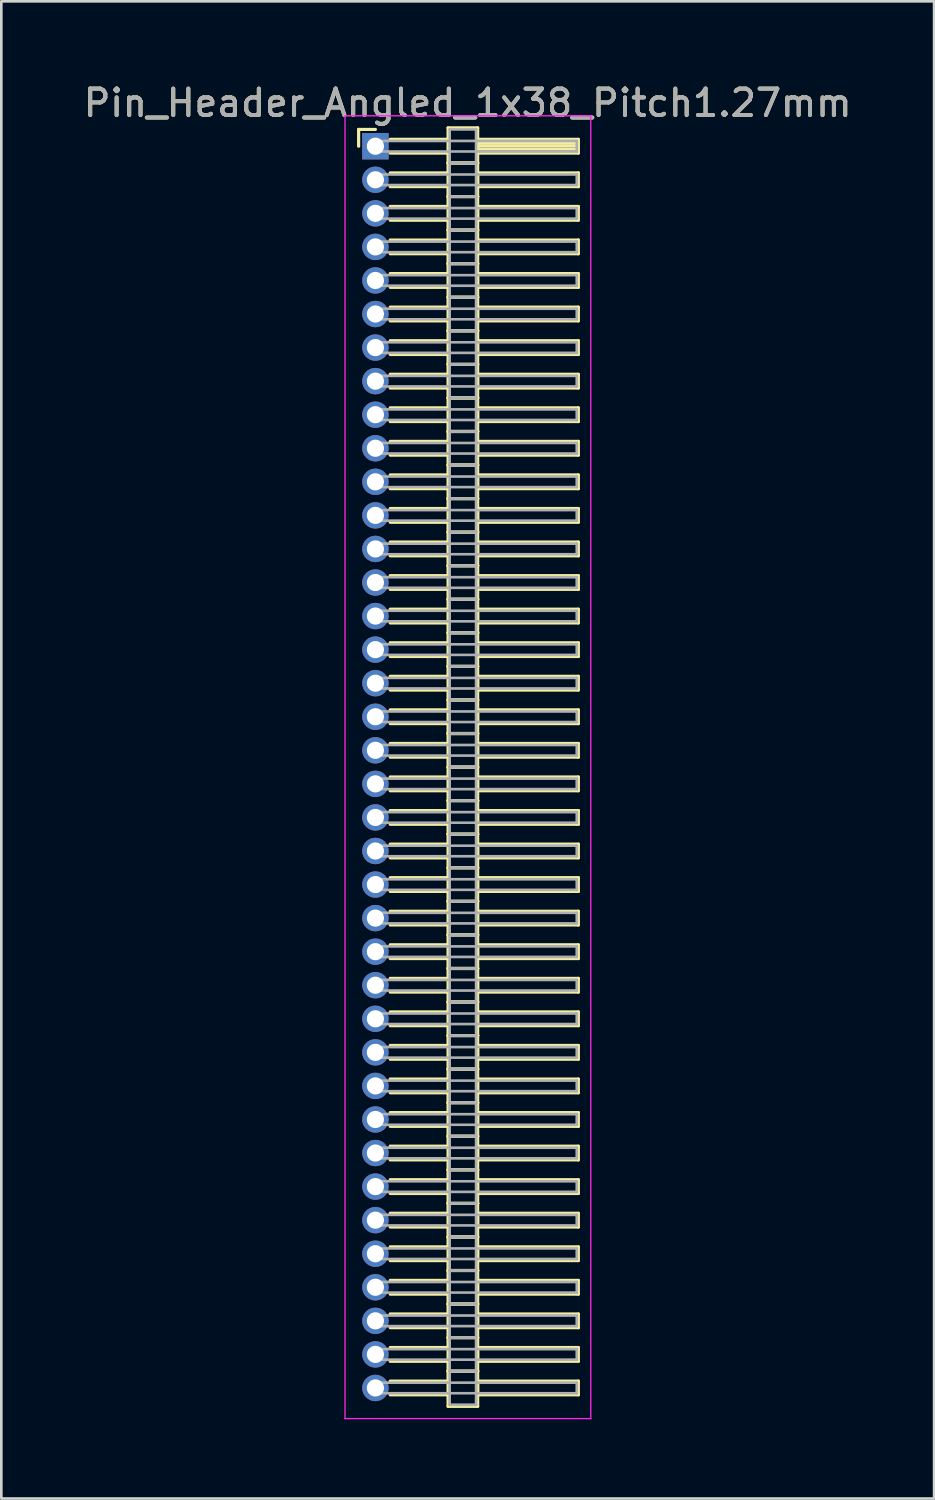
<source format=kicad_pcb>
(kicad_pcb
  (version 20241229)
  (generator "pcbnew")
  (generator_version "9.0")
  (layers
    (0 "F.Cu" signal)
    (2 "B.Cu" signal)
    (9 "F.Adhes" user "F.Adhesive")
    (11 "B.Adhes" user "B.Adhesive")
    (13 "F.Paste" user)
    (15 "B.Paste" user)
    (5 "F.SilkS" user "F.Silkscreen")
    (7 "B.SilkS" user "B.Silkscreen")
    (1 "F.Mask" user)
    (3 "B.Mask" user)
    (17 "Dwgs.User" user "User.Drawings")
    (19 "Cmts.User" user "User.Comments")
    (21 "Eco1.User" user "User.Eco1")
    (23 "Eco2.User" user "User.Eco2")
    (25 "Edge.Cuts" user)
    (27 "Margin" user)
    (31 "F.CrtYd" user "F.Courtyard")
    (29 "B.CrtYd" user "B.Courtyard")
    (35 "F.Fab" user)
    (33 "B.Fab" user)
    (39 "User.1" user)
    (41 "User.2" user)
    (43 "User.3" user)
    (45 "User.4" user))
  (footprint "Pin_Header_Angled_1x38_Pitch1.27mm"
    (layer "F.Cu")
    (at 11.156 2.483)
    (property "Reference" "Pin_Header_Angled_1x38_Pitch1.27mm" (at 3.493 -1.635 0) (layer "F.SilkS") (effects (font (size 1 1) (thickness 0.15))))
    (attr through_hole)
    (fp_line (start -0.635 -0.635) (end 0 -0.635) (stroke (width 0.12) (type solid)) (layer "F.SilkS"))
    (fp_line (start -0.635 0) (end -0.635 -0.635) (stroke (width 0.12) (type solid)) (layer "F.SilkS"))
    (fp_line (start 0.56 -0.26) (end 2.75 -0.26) (stroke (width 0.12) (type solid)) (layer "F.SilkS"))
    (fp_line (start 0.56 0.26) (end 2.75 0.26) (stroke (width 0.12) (type solid)) (layer "F.SilkS"))
    (fp_line (start 0.56 1.01) (end 2.75 1.01) (stroke (width 0.12) (type solid)) (layer "F.SilkS"))
    (fp_line (start 0.56 1.53) (end 2.75 1.53) (stroke (width 0.12) (type solid)) (layer "F.SilkS"))
    (fp_line (start 0.56 2.28) (end 2.75 2.28) (stroke (width 0.12) (type solid)) (layer "F.SilkS"))
    (fp_line (start 0.56 2.8) (end 2.75 2.8) (stroke (width 0.12) (type solid)) (layer "F.SilkS"))
    (fp_line (start 0.56 3.55) (end 2.75 3.55) (stroke (width 0.12) (type solid)) (layer "F.SilkS"))
    (fp_line (start 0.56 4.07) (end 2.75 4.07) (stroke (width 0.12) (type solid)) (layer "F.SilkS"))
    (fp_line (start 0.56 4.82) (end 2.75 4.82) (stroke (width 0.12) (type solid)) (layer "F.SilkS"))
    (fp_line (start 0.56 5.34) (end 2.75 5.34) (stroke (width 0.12) (type solid)) (layer "F.SilkS"))
    (fp_line (start 0.56 6.09) (end 2.75 6.09) (stroke (width 0.12) (type solid)) (layer "F.SilkS"))
    (fp_line (start 0.56 6.61) (end 2.75 6.61) (stroke (width 0.12) (type solid)) (layer "F.SilkS"))
    (fp_line (start 0.56 7.36) (end 2.75 7.36) (stroke (width 0.12) (type solid)) (layer "F.SilkS"))
    (fp_line (start 0.56 7.88) (end 2.75 7.88) (stroke (width 0.12) (type solid)) (layer "F.SilkS"))
    (fp_line (start 0.56 8.63) (end 2.75 8.63) (stroke (width 0.12) (type solid)) (layer "F.SilkS"))
    (fp_line (start 0.56 9.15) (end 2.75 9.15) (stroke (width 0.12) (type solid)) (layer "F.SilkS"))
    (fp_line (start 0.56 9.9) (end 2.75 9.9) (stroke (width 0.12) (type solid)) (layer "F.SilkS"))
    (fp_line (start 0.56 10.42) (end 2.75 10.42) (stroke (width 0.12) (type solid)) (layer "F.SilkS"))
    (fp_line (start 0.56 11.17) (end 2.75 11.17) (stroke (width 0.12) (type solid)) (layer "F.SilkS"))
    (fp_line (start 0.56 11.69) (end 2.75 11.69) (stroke (width 0.12) (type solid)) (layer "F.SilkS"))
    (fp_line (start 0.56 12.44) (end 2.75 12.44) (stroke (width 0.12) (type solid)) (layer "F.SilkS"))
    (fp_line (start 0.56 12.96) (end 2.75 12.96) (stroke (width 0.12) (type solid)) (layer "F.SilkS"))
    (fp_line (start 0.56 13.71) (end 2.75 13.71) (stroke (width 0.12) (type solid)) (layer "F.SilkS"))
    (fp_line (start 0.56 14.23) (end 2.75 14.23) (stroke (width 0.12) (type solid)) (layer "F.SilkS"))
    (fp_line (start 0.56 14.98) (end 2.75 14.98) (stroke (width 0.12) (type solid)) (layer "F.SilkS"))
    (fp_line (start 0.56 15.5) (end 2.75 15.5) (stroke (width 0.12) (type solid)) (layer "F.SilkS"))
    (fp_line (start 0.56 16.25) (end 2.75 16.25) (stroke (width 0.12) (type solid)) (layer "F.SilkS"))
    (fp_line (start 0.56 16.77) (end 2.75 16.77) (stroke (width 0.12) (type solid)) (layer "F.SilkS"))
    (fp_line (start 0.56 17.52) (end 2.75 17.52) (stroke (width 0.12) (type solid)) (layer "F.SilkS"))
    (fp_line (start 0.56 18.04) (end 2.75 18.04) (stroke (width 0.12) (type solid)) (layer "F.SilkS"))
    (fp_line (start 0.56 18.79) (end 2.75 18.79) (stroke (width 0.12) (type solid)) (layer "F.SilkS"))
    (fp_line (start 0.56 19.31) (end 2.75 19.31) (stroke (width 0.12) (type solid)) (layer "F.SilkS"))
    (fp_line (start 0.56 20.06) (end 2.75 20.06) (stroke (width 0.12) (type solid)) (layer "F.SilkS"))
    (fp_line (start 0.56 20.58) (end 2.75 20.58) (stroke (width 0.12) (type solid)) (layer "F.SilkS"))
    (fp_line (start 0.56 21.33) (end 2.75 21.33) (stroke (width 0.12) (type solid)) (layer "F.SilkS"))
    (fp_line (start 0.56 21.85) (end 2.75 21.85) (stroke (width 0.12) (type solid)) (layer "F.SilkS"))
    (fp_line (start 0.56 22.6) (end 2.75 22.6) (stroke (width 0.12) (type solid)) (layer "F.SilkS"))
    (fp_line (start 0.56 23.12) (end 2.75 23.12) (stroke (width 0.12) (type solid)) (layer "F.SilkS"))
    (fp_line (start 0.56 23.87) (end 2.75 23.87) (stroke (width 0.12) (type solid)) (layer "F.SilkS"))
    (fp_line (start 0.56 24.39) (end 2.75 24.39) (stroke (width 0.12) (type solid)) (layer "F.SilkS"))
    (fp_line (start 0.56 25.14) (end 2.75 25.14) (stroke (width 0.12) (type solid)) (layer "F.SilkS"))
    (fp_line (start 0.56 25.66) (end 2.75 25.66) (stroke (width 0.12) (type solid)) (layer "F.SilkS"))
    (fp_line (start 0.56 26.41) (end 2.75 26.41) (stroke (width 0.12) (type solid)) (layer "F.SilkS"))
    (fp_line (start 0.56 26.93) (end 2.75 26.93) (stroke (width 0.12) (type solid)) (layer "F.SilkS"))
    (fp_line (start 0.56 27.68) (end 2.75 27.68) (stroke (width 0.12) (type solid)) (layer "F.SilkS"))
    (fp_line (start 0.56 28.2) (end 2.75 28.2) (stroke (width 0.12) (type solid)) (layer "F.SilkS"))
    (fp_line (start 0.56 28.95) (end 2.75 28.95) (stroke (width 0.12) (type solid)) (layer "F.SilkS"))
    (fp_line (start 0.56 29.47) (end 2.75 29.47) (stroke (width 0.12) (type solid)) (layer "F.SilkS"))
    (fp_line (start 0.56 30.22) (end 2.75 30.22) (stroke (width 0.12) (type solid)) (layer "F.SilkS"))
    (fp_line (start 0.56 30.74) (end 2.75 30.74) (stroke (width 0.12) (type solid)) (layer "F.SilkS"))
    (fp_line (start 0.56 31.49) (end 2.75 31.49) (stroke (width 0.12) (type solid)) (layer "F.SilkS"))
    (fp_line (start 0.56 32.01) (end 2.75 32.01) (stroke (width 0.12) (type solid)) (layer "F.SilkS"))
    (fp_line (start 0.56 32.76) (end 2.75 32.76) (stroke (width 0.12) (type solid)) (layer "F.SilkS"))
    (fp_line (start 0.56 33.28) (end 2.75 33.28) (stroke (width 0.12) (type solid)) (layer "F.SilkS"))
    (fp_line (start 0.56 34.03) (end 2.75 34.03) (stroke (width 0.12) (type solid)) (layer "F.SilkS"))
    (fp_line (start 0.56 34.55) (end 2.75 34.55) (stroke (width 0.12) (type solid)) (layer "F.SilkS"))
    (fp_line (start 0.56 35.3) (end 2.75 35.3) (stroke (width 0.12) (type solid)) (layer "F.SilkS"))
    (fp_line (start 0.56 35.82) (end 2.75 35.82) (stroke (width 0.12) (type solid)) (layer "F.SilkS"))
    (fp_line (start 0.56 36.57) (end 2.75 36.57) (stroke (width 0.12) (type solid)) (layer "F.SilkS"))
    (fp_line (start 0.56 37.09) (end 2.75 37.09) (stroke (width 0.12) (type solid)) (layer "F.SilkS"))
    (fp_line (start 0.56 37.84) (end 2.75 37.84) (stroke (width 0.12) (type solid)) (layer "F.SilkS"))
    (fp_line (start 0.56 38.36) (end 2.75 38.36) (stroke (width 0.12) (type solid)) (layer "F.SilkS"))
    (fp_line (start 0.56 39.11) (end 2.75 39.11) (stroke (width 0.12) (type solid)) (layer "F.SilkS"))
    (fp_line (start 0.56 39.63) (end 2.75 39.63) (stroke (width 0.12) (type solid)) (layer "F.SilkS"))
    (fp_line (start 0.56 40.38) (end 2.75 40.38) (stroke (width 0.12) (type solid)) (layer "F.SilkS"))
    (fp_line (start 0.56 40.9) (end 2.75 40.9) (stroke (width 0.12) (type solid)) (layer "F.SilkS"))
    (fp_line (start 0.56 41.65) (end 2.75 41.65) (stroke (width 0.12) (type solid)) (layer "F.SilkS"))
    (fp_line (start 0.56 42.17) (end 2.75 42.17) (stroke (width 0.12) (type solid)) (layer "F.SilkS"))
    (fp_line (start 0.56 42.92) (end 2.75 42.92) (stroke (width 0.12) (type solid)) (layer "F.SilkS"))
    (fp_line (start 0.56 43.44) (end 2.75 43.44) (stroke (width 0.12) (type solid)) (layer "F.SilkS"))
    (fp_line (start 0.56 44.19) (end 2.75 44.19) (stroke (width 0.12) (type solid)) (layer "F.SilkS"))
    (fp_line (start 0.56 44.71) (end 2.75 44.71) (stroke (width 0.12) (type solid)) (layer "F.SilkS"))
    (fp_line (start 0.56 45.46) (end 2.75 45.46) (stroke (width 0.12) (type solid)) (layer "F.SilkS"))
    (fp_line (start 0.56 45.98) (end 2.75 45.98) (stroke (width 0.12) (type solid)) (layer "F.SilkS"))
    (fp_line (start 0.56 46.73) (end 2.75 46.73) (stroke (width 0.12) (type solid)) (layer "F.SilkS"))
    (fp_line (start 0.56 47.25) (end 2.75 47.25) (stroke (width 0.12) (type solid)) (layer "F.SilkS"))
    (fp_line (start 2.75 -0.695) (end 2.75 0.635) (stroke (width 0.12) (type solid)) (layer "F.SilkS"))
    (fp_line (start 2.75 0.635) (end 2.75 1.905) (stroke (width 0.12) (type solid)) (layer "F.SilkS"))
    (fp_line (start 2.75 0.635) (end 3.87 0.635) (stroke (width 0.12) (type solid)) (layer "F.SilkS"))
    (fp_line (start 2.75 1.905) (end 2.75 3.175) (stroke (width 0.12) (type solid)) (layer "F.SilkS"))
    (fp_line (start 2.75 1.905) (end 3.87 1.905) (stroke (width 0.12) (type solid)) (layer "F.SilkS"))
    (fp_line (start 2.75 3.175) (end 2.75 4.445) (stroke (width 0.12) (type solid)) (layer "F.SilkS"))
    (fp_line (start 2.75 3.175) (end 3.87 3.175) (stroke (width 0.12) (type solid)) (layer "F.SilkS"))
    (fp_line (start 2.75 4.445) (end 2.75 5.715) (stroke (width 0.12) (type solid)) (layer "F.SilkS"))
    (fp_line (start 2.75 4.445) (end 3.87 4.445) (stroke (width 0.12) (type solid)) (layer "F.SilkS"))
    (fp_line (start 2.75 5.715) (end 2.75 6.985) (stroke (width 0.12) (type solid)) (layer "F.SilkS"))
    (fp_line (start 2.75 5.715) (end 3.87 5.715) (stroke (width 0.12) (type solid)) (layer "F.SilkS"))
    (fp_line (start 2.75 6.985) (end 2.75 8.255) (stroke (width 0.12) (type solid)) (layer "F.SilkS"))
    (fp_line (start 2.75 6.985) (end 3.87 6.985) (stroke (width 0.12) (type solid)) (layer "F.SilkS"))
    (fp_line (start 2.75 8.255) (end 2.75 9.525) (stroke (width 0.12) (type solid)) (layer "F.SilkS"))
    (fp_line (start 2.75 8.255) (end 3.87 8.255) (stroke (width 0.12) (type solid)) (layer "F.SilkS"))
    (fp_line (start 2.75 9.525) (end 2.75 10.795) (stroke (width 0.12) (type solid)) (layer "F.SilkS"))
    (fp_line (start 2.75 9.525) (end 3.87 9.525) (stroke (width 0.12) (type solid)) (layer "F.SilkS"))
    (fp_line (start 2.75 10.795) (end 2.75 12.065) (stroke (width 0.12) (type solid)) (layer "F.SilkS"))
    (fp_line (start 2.75 10.795) (end 3.87 10.795) (stroke (width 0.12) (type solid)) (layer "F.SilkS"))
    (fp_line (start 2.75 12.065) (end 2.75 13.335) (stroke (width 0.12) (type solid)) (layer "F.SilkS"))
    (fp_line (start 2.75 12.065) (end 3.87 12.065) (stroke (width 0.12) (type solid)) (layer "F.SilkS"))
    (fp_line (start 2.75 13.335) (end 2.75 14.605) (stroke (width 0.12) (type solid)) (layer "F.SilkS"))
    (fp_line (start 2.75 13.335) (end 3.87 13.335) (stroke (width 0.12) (type solid)) (layer "F.SilkS"))
    (fp_line (start 2.75 14.605) (end 2.75 15.875) (stroke (width 0.12) (type solid)) (layer "F.SilkS"))
    (fp_line (start 2.75 14.605) (end 3.87 14.605) (stroke (width 0.12) (type solid)) (layer "F.SilkS"))
    (fp_line (start 2.75 15.875) (end 2.75 17.145) (stroke (width 0.12) (type solid)) (layer "F.SilkS"))
    (fp_line (start 2.75 15.875) (end 3.87 15.875) (stroke (width 0.12) (type solid)) (layer "F.SilkS"))
    (fp_line (start 2.75 17.145) (end 2.75 18.415) (stroke (width 0.12) (type solid)) (layer "F.SilkS"))
    (fp_line (start 2.75 17.145) (end 3.87 17.145) (stroke (width 0.12) (type solid)) (layer "F.SilkS"))
    (fp_line (start 2.75 18.415) (end 2.75 19.685) (stroke (width 0.12) (type solid)) (layer "F.SilkS"))
    (fp_line (start 2.75 18.415) (end 3.87 18.415) (stroke (width 0.12) (type solid)) (layer "F.SilkS"))
    (fp_line (start 2.75 19.685) (end 2.75 20.955) (stroke (width 0.12) (type solid)) (layer "F.SilkS"))
    (fp_line (start 2.75 19.685) (end 3.87 19.685) (stroke (width 0.12) (type solid)) (layer "F.SilkS"))
    (fp_line (start 2.75 20.955) (end 2.75 22.225) (stroke (width 0.12) (type solid)) (layer "F.SilkS"))
    (fp_line (start 2.75 20.955) (end 3.87 20.955) (stroke (width 0.12) (type solid)) (layer "F.SilkS"))
    (fp_line (start 2.75 22.225) (end 2.75 23.495) (stroke (width 0.12) (type solid)) (layer "F.SilkS"))
    (fp_line (start 2.75 22.225) (end 3.87 22.225) (stroke (width 0.12) (type solid)) (layer "F.SilkS"))
    (fp_line (start 2.75 23.495) (end 2.75 24.765) (stroke (width 0.12) (type solid)) (layer "F.SilkS"))
    (fp_line (start 2.75 23.495) (end 3.87 23.495) (stroke (width 0.12) (type solid)) (layer "F.SilkS"))
    (fp_line (start 2.75 24.765) (end 2.75 26.035) (stroke (width 0.12) (type solid)) (layer "F.SilkS"))
    (fp_line (start 2.75 24.765) (end 3.87 24.765) (stroke (width 0.12) (type solid)) (layer "F.SilkS"))
    (fp_line (start 2.75 26.035) (end 2.75 27.305) (stroke (width 0.12) (type solid)) (layer "F.SilkS"))
    (fp_line (start 2.75 26.035) (end 3.87 26.035) (stroke (width 0.12) (type solid)) (layer "F.SilkS"))
    (fp_line (start 2.75 27.305) (end 2.75 28.575) (stroke (width 0.12) (type solid)) (layer "F.SilkS"))
    (fp_line (start 2.75 27.305) (end 3.87 27.305) (stroke (width 0.12) (type solid)) (layer "F.SilkS"))
    (fp_line (start 2.75 28.575) (end 2.75 29.845) (stroke (width 0.12) (type solid)) (layer "F.SilkS"))
    (fp_line (start 2.75 28.575) (end 3.87 28.575) (stroke (width 0.12) (type solid)) (layer "F.SilkS"))
    (fp_line (start 2.75 29.845) (end 2.75 31.115) (stroke (width 0.12) (type solid)) (layer "F.SilkS"))
    (fp_line (start 2.75 29.845) (end 3.87 29.845) (stroke (width 0.12) (type solid)) (layer "F.SilkS"))
    (fp_line (start 2.75 31.115) (end 2.75 32.385) (stroke (width 0.12) (type solid)) (layer "F.SilkS"))
    (fp_line (start 2.75 31.115) (end 3.87 31.115) (stroke (width 0.12) (type solid)) (layer "F.SilkS"))
    (fp_line (start 2.75 32.385) (end 2.75 33.655) (stroke (width 0.12) (type solid)) (layer "F.SilkS"))
    (fp_line (start 2.75 32.385) (end 3.87 32.385) (stroke (width 0.12) (type solid)) (layer "F.SilkS"))
    (fp_line (start 2.75 33.655) (end 2.75 34.925) (stroke (width 0.12) (type solid)) (layer "F.SilkS"))
    (fp_line (start 2.75 33.655) (end 3.87 33.655) (stroke (width 0.12) (type solid)) (layer "F.SilkS"))
    (fp_line (start 2.75 34.925) (end 2.75 36.195) (stroke (width 0.12) (type solid)) (layer "F.SilkS"))
    (fp_line (start 2.75 34.925) (end 3.87 34.925) (stroke (width 0.12) (type solid)) (layer "F.SilkS"))
    (fp_line (start 2.75 36.195) (end 2.75 37.465) (stroke (width 0.12) (type solid)) (layer "F.SilkS"))
    (fp_line (start 2.75 36.195) (end 3.87 36.195) (stroke (width 0.12) (type solid)) (layer "F.SilkS"))
    (fp_line (start 2.75 37.465) (end 2.75 38.735) (stroke (width 0.12) (type solid)) (layer "F.SilkS"))
    (fp_line (start 2.75 37.465) (end 3.87 37.465) (stroke (width 0.12) (type solid)) (layer "F.SilkS"))
    (fp_line (start 2.75 38.735) (end 2.75 40.005) (stroke (width 0.12) (type solid)) (layer "F.SilkS"))
    (fp_line (start 2.75 38.735) (end 3.87 38.735) (stroke (width 0.12) (type solid)) (layer "F.SilkS"))
    (fp_line (start 2.75 40.005) (end 2.75 41.275) (stroke (width 0.12) (type solid)) (layer "F.SilkS"))
    (fp_line (start 2.75 40.005) (end 3.87 40.005) (stroke (width 0.12) (type solid)) (layer "F.SilkS"))
    (fp_line (start 2.75 41.275) (end 2.75 42.545) (stroke (width 0.12) (type solid)) (layer "F.SilkS"))
    (fp_line (start 2.75 41.275) (end 3.87 41.275) (stroke (width 0.12) (type solid)) (layer "F.SilkS"))
    (fp_line (start 2.75 42.545) (end 2.75 43.815) (stroke (width 0.12) (type solid)) (layer "F.SilkS"))
    (fp_line (start 2.75 42.545) (end 3.87 42.545) (stroke (width 0.12) (type solid)) (layer "F.SilkS"))
    (fp_line (start 2.75 43.815) (end 2.75 45.085) (stroke (width 0.12) (type solid)) (layer "F.SilkS"))
    (fp_line (start 2.75 43.815) (end 3.87 43.815) (stroke (width 0.12) (type solid)) (layer "F.SilkS"))
    (fp_line (start 2.75 45.085) (end 2.75 46.355) (stroke (width 0.12) (type solid)) (layer "F.SilkS"))
    (fp_line (start 2.75 45.085) (end 3.87 45.085) (stroke (width 0.12) (type solid)) (layer "F.SilkS"))
    (fp_line (start 2.75 46.355) (end 2.75 47.685) (stroke (width 0.12) (type solid)) (layer "F.SilkS"))
    (fp_line (start 2.75 46.355) (end 3.87 46.355) (stroke (width 0.12) (type solid)) (layer "F.SilkS"))
    (fp_line (start 2.75 47.685) (end 3.87 47.685) (stroke (width 0.12) (type solid)) (layer "F.SilkS"))
    (fp_line (start 3.87 -0.695) (end 2.75 -0.695) (stroke (width 0.12) (type solid)) (layer "F.SilkS"))
    (fp_line (start 3.87 -0.26) (end 3.87 0.26) (stroke (width 0.12) (type solid)) (layer "F.SilkS"))
    (fp_line (start 3.87 -0.14) (end 7.68 -0.14) (stroke (width 0.12) (type solid)) (layer "F.SilkS"))
    (fp_line (start 3.87 -0.02) (end 7.68 -0.02) (stroke (width 0.12) (type solid)) (layer "F.SilkS"))
    (fp_line (start 3.87 0.1) (end 7.68 0.1) (stroke (width 0.12) (type solid)) (layer "F.SilkS"))
    (fp_line (start 3.87 0.22) (end 7.68 0.22) (stroke (width 0.12) (type solid)) (layer "F.SilkS"))
    (fp_line (start 3.87 0.26) (end 7.68 0.26) (stroke (width 0.12) (type solid)) (layer "F.SilkS"))
    (fp_line (start 3.87 0.635) (end 2.75 0.635) (stroke (width 0.12) (type solid)) (layer "F.SilkS"))
    (fp_line (start 3.87 0.635) (end 3.87 -0.695) (stroke (width 0.12) (type solid)) (layer "F.SilkS"))
    (fp_line (start 3.87 1.01) (end 3.87 1.53) (stroke (width 0.12) (type solid)) (layer "F.SilkS"))
    (fp_line (start 3.87 1.53) (end 7.68 1.53) (stroke (width 0.12) (type solid)) (layer "F.SilkS"))
    (fp_line (start 3.87 1.905) (end 2.75 1.905) (stroke (width 0.12) (type solid)) (layer "F.SilkS"))
    (fp_line (start 3.87 1.905) (end 3.87 0.635) (stroke (width 0.12) (type solid)) (layer "F.SilkS"))
    (fp_line (start 3.87 2.28) (end 3.87 2.8) (stroke (width 0.12) (type solid)) (layer "F.SilkS"))
    (fp_line (start 3.87 2.8) (end 7.68 2.8) (stroke (width 0.12) (type solid)) (layer "F.SilkS"))
    (fp_line (start 3.87 3.175) (end 2.75 3.175) (stroke (width 0.12) (type solid)) (layer "F.SilkS"))
    (fp_line (start 3.87 3.175) (end 3.87 1.905) (stroke (width 0.12) (type solid)) (layer "F.SilkS"))
    (fp_line (start 3.87 3.55) (end 3.87 4.07) (stroke (width 0.12) (type solid)) (layer "F.SilkS"))
    (fp_line (start 3.87 4.07) (end 7.68 4.07) (stroke (width 0.12) (type solid)) (layer "F.SilkS"))
    (fp_line (start 3.87 4.445) (end 2.75 4.445) (stroke (width 0.12) (type solid)) (layer "F.SilkS"))
    (fp_line (start 3.87 4.445) (end 3.87 3.175) (stroke (width 0.12) (type solid)) (layer "F.SilkS"))
    (fp_line (start 3.87 4.82) (end 3.87 5.34) (stroke (width 0.12) (type solid)) (layer "F.SilkS"))
    (fp_line (start 3.87 5.34) (end 7.68 5.34) (stroke (width 0.12) (type solid)) (layer "F.SilkS"))
    (fp_line (start 3.87 5.715) (end 2.75 5.715) (stroke (width 0.12) (type solid)) (layer "F.SilkS"))
    (fp_line (start 3.87 5.715) (end 3.87 4.445) (stroke (width 0.12) (type solid)) (layer "F.SilkS"))
    (fp_line (start 3.87 6.09) (end 3.87 6.61) (stroke (width 0.12) (type solid)) (layer "F.SilkS"))
    (fp_line (start 3.87 6.61) (end 7.68 6.61) (stroke (width 0.12) (type solid)) (layer "F.SilkS"))
    (fp_line (start 3.87 6.985) (end 2.75 6.985) (stroke (width 0.12) (type solid)) (layer "F.SilkS"))
    (fp_line (start 3.87 6.985) (end 3.87 5.715) (stroke (width 0.12) (type solid)) (layer "F.SilkS"))
    (fp_line (start 3.87 7.36) (end 3.87 7.88) (stroke (width 0.12) (type solid)) (layer "F.SilkS"))
    (fp_line (start 3.87 7.88) (end 7.68 7.88) (stroke (width 0.12) (type solid)) (layer "F.SilkS"))
    (fp_line (start 3.87 8.255) (end 2.75 8.255) (stroke (width 0.12) (type solid)) (layer "F.SilkS"))
    (fp_line (start 3.87 8.255) (end 3.87 6.985) (stroke (width 0.12) (type solid)) (layer "F.SilkS"))
    (fp_line (start 3.87 8.63) (end 3.87 9.15) (stroke (width 0.12) (type solid)) (layer "F.SilkS"))
    (fp_line (start 3.87 9.15) (end 7.68 9.15) (stroke (width 0.12) (type solid)) (layer "F.SilkS"))
    (fp_line (start 3.87 9.525) (end 2.75 9.525) (stroke (width 0.12) (type solid)) (layer "F.SilkS"))
    (fp_line (start 3.87 9.525) (end 3.87 8.255) (stroke (width 0.12) (type solid)) (layer "F.SilkS"))
    (fp_line (start 3.87 9.9) (end 3.87 10.42) (stroke (width 0.12) (type solid)) (layer "F.SilkS"))
    (fp_line (start 3.87 10.42) (end 7.68 10.42) (stroke (width 0.12) (type solid)) (layer "F.SilkS"))
    (fp_line (start 3.87 10.795) (end 2.75 10.795) (stroke (width 0.12) (type solid)) (layer "F.SilkS"))
    (fp_line (start 3.87 10.795) (end 3.87 9.525) (stroke (width 0.12) (type solid)) (layer "F.SilkS"))
    (fp_line (start 3.87 11.17) (end 3.87 11.69) (stroke (width 0.12) (type solid)) (layer "F.SilkS"))
    (fp_line (start 3.87 11.69) (end 7.68 11.69) (stroke (width 0.12) (type solid)) (layer "F.SilkS"))
    (fp_line (start 3.87 12.065) (end 2.75 12.065) (stroke (width 0.12) (type solid)) (layer "F.SilkS"))
    (fp_line (start 3.87 12.065) (end 3.87 10.795) (stroke (width 0.12) (type solid)) (layer "F.SilkS"))
    (fp_line (start 3.87 12.44) (end 3.87 12.96) (stroke (width 0.12) (type solid)) (layer "F.SilkS"))
    (fp_line (start 3.87 12.96) (end 7.68 12.96) (stroke (width 0.12) (type solid)) (layer "F.SilkS"))
    (fp_line (start 3.87 13.335) (end 2.75 13.335) (stroke (width 0.12) (type solid)) (layer "F.SilkS"))
    (fp_line (start 3.87 13.335) (end 3.87 12.065) (stroke (width 0.12) (type solid)) (layer "F.SilkS"))
    (fp_line (start 3.87 13.71) (end 3.87 14.23) (stroke (width 0.12) (type solid)) (layer "F.SilkS"))
    (fp_line (start 3.87 14.23) (end 7.68 14.23) (stroke (width 0.12) (type solid)) (layer "F.SilkS"))
    (fp_line (start 3.87 14.605) (end 2.75 14.605) (stroke (width 0.12) (type solid)) (layer "F.SilkS"))
    (fp_line (start 3.87 14.605) (end 3.87 13.335) (stroke (width 0.12) (type solid)) (layer "F.SilkS"))
    (fp_line (start 3.87 14.98) (end 3.87 15.5) (stroke (width 0.12) (type solid)) (layer "F.SilkS"))
    (fp_line (start 3.87 15.5) (end 7.68 15.5) (stroke (width 0.12) (type solid)) (layer "F.SilkS"))
    (fp_line (start 3.87 15.875) (end 2.75 15.875) (stroke (width 0.12) (type solid)) (layer "F.SilkS"))
    (fp_line (start 3.87 15.875) (end 3.87 14.605) (stroke (width 0.12) (type solid)) (layer "F.SilkS"))
    (fp_line (start 3.87 16.25) (end 3.87 16.77) (stroke (width 0.12) (type solid)) (layer "F.SilkS"))
    (fp_line (start 3.87 16.77) (end 7.68 16.77) (stroke (width 0.12) (type solid)) (layer "F.SilkS"))
    (fp_line (start 3.87 17.145) (end 2.75 17.145) (stroke (width 0.12) (type solid)) (layer "F.SilkS"))
    (fp_line (start 3.87 17.145) (end 3.87 15.875) (stroke (width 0.12) (type solid)) (layer "F.SilkS"))
    (fp_line (start 3.87 17.52) (end 3.87 18.04) (stroke (width 0.12) (type solid)) (layer "F.SilkS"))
    (fp_line (start 3.87 18.04) (end 7.68 18.04) (stroke (width 0.12) (type solid)) (layer "F.SilkS"))
    (fp_line (start 3.87 18.415) (end 2.75 18.415) (stroke (width 0.12) (type solid)) (layer "F.SilkS"))
    (fp_line (start 3.87 18.415) (end 3.87 17.145) (stroke (width 0.12) (type solid)) (layer "F.SilkS"))
    (fp_line (start 3.87 18.79) (end 3.87 19.31) (stroke (width 0.12) (type solid)) (layer "F.SilkS"))
    (fp_line (start 3.87 19.31) (end 7.68 19.31) (stroke (width 0.12) (type solid)) (layer "F.SilkS"))
    (fp_line (start 3.87 19.685) (end 2.75 19.685) (stroke (width 0.12) (type solid)) (layer "F.SilkS"))
    (fp_line (start 3.87 19.685) (end 3.87 18.415) (stroke (width 0.12) (type solid)) (layer "F.SilkS"))
    (fp_line (start 3.87 20.06) (end 3.87 20.58) (stroke (width 0.12) (type solid)) (layer "F.SilkS"))
    (fp_line (start 3.87 20.58) (end 7.68 20.58) (stroke (width 0.12) (type solid)) (layer "F.SilkS"))
    (fp_line (start 3.87 20.955) (end 2.75 20.955) (stroke (width 0.12) (type solid)) (layer "F.SilkS"))
    (fp_line (start 3.87 20.955) (end 3.87 19.685) (stroke (width 0.12) (type solid)) (layer "F.SilkS"))
    (fp_line (start 3.87 21.33) (end 3.87 21.85) (stroke (width 0.12) (type solid)) (layer "F.SilkS"))
    (fp_line (start 3.87 21.85) (end 7.68 21.85) (stroke (width 0.12) (type solid)) (layer "F.SilkS"))
    (fp_line (start 3.87 22.225) (end 2.75 22.225) (stroke (width 0.12) (type solid)) (layer "F.SilkS"))
    (fp_line (start 3.87 22.225) (end 3.87 20.955) (stroke (width 0.12) (type solid)) (layer "F.SilkS"))
    (fp_line (start 3.87 22.6) (end 3.87 23.12) (stroke (width 0.12) (type solid)) (layer "F.SilkS"))
    (fp_line (start 3.87 23.12) (end 7.68 23.12) (stroke (width 0.12) (type solid)) (layer "F.SilkS"))
    (fp_line (start 3.87 23.495) (end 2.75 23.495) (stroke (width 0.12) (type solid)) (layer "F.SilkS"))
    (fp_line (start 3.87 23.495) (end 3.87 22.225) (stroke (width 0.12) (type solid)) (layer "F.SilkS"))
    (fp_line (start 3.87 23.87) (end 3.87 24.39) (stroke (width 0.12) (type solid)) (layer "F.SilkS"))
    (fp_line (start 3.87 24.39) (end 7.68 24.39) (stroke (width 0.12) (type solid)) (layer "F.SilkS"))
    (fp_line (start 3.87 24.765) (end 2.75 24.765) (stroke (width 0.12) (type solid)) (layer "F.SilkS"))
    (fp_line (start 3.87 24.765) (end 3.87 23.495) (stroke (width 0.12) (type solid)) (layer "F.SilkS"))
    (fp_line (start 3.87 25.14) (end 3.87 25.66) (stroke (width 0.12) (type solid)) (layer "F.SilkS"))
    (fp_line (start 3.87 25.66) (end 7.68 25.66) (stroke (width 0.12) (type solid)) (layer "F.SilkS"))
    (fp_line (start 3.87 26.035) (end 2.75 26.035) (stroke (width 0.12) (type solid)) (layer "F.SilkS"))
    (fp_line (start 3.87 26.035) (end 3.87 24.765) (stroke (width 0.12) (type solid)) (layer "F.SilkS"))
    (fp_line (start 3.87 26.41) (end 3.87 26.93) (stroke (width 0.12) (type solid)) (layer "F.SilkS"))
    (fp_line (start 3.87 26.93) (end 7.68 26.93) (stroke (width 0.12) (type solid)) (layer "F.SilkS"))
    (fp_line (start 3.87 27.305) (end 2.75 27.305) (stroke (width 0.12) (type solid)) (layer "F.SilkS"))
    (fp_line (start 3.87 27.305) (end 3.87 26.035) (stroke (width 0.12) (type solid)) (layer "F.SilkS"))
    (fp_line (start 3.87 27.68) (end 3.87 28.2) (stroke (width 0.12) (type solid)) (layer "F.SilkS"))
    (fp_line (start 3.87 28.2) (end 7.68 28.2) (stroke (width 0.12) (type solid)) (layer "F.SilkS"))
    (fp_line (start 3.87 28.575) (end 2.75 28.575) (stroke (width 0.12) (type solid)) (layer "F.SilkS"))
    (fp_line (start 3.87 28.575) (end 3.87 27.305) (stroke (width 0.12) (type solid)) (layer "F.SilkS"))
    (fp_line (start 3.87 28.95) (end 3.87 29.47) (stroke (width 0.12) (type solid)) (layer "F.SilkS"))
    (fp_line (start 3.87 29.47) (end 7.68 29.47) (stroke (width 0.12) (type solid)) (layer "F.SilkS"))
    (fp_line (start 3.87 29.845) (end 2.75 29.845) (stroke (width 0.12) (type solid)) (layer "F.SilkS"))
    (fp_line (start 3.87 29.845) (end 3.87 28.575) (stroke (width 0.12) (type solid)) (layer "F.SilkS"))
    (fp_line (start 3.87 30.22) (end 3.87 30.74) (stroke (width 0.12) (type solid)) (layer "F.SilkS"))
    (fp_line (start 3.87 30.74) (end 7.68 30.74) (stroke (width 0.12) (type solid)) (layer "F.SilkS"))
    (fp_line (start 3.87 31.115) (end 2.75 31.115) (stroke (width 0.12) (type solid)) (layer "F.SilkS"))
    (fp_line (start 3.87 31.115) (end 3.87 29.845) (stroke (width 0.12) (type solid)) (layer "F.SilkS"))
    (fp_line (start 3.87 31.49) (end 3.87 32.01) (stroke (width 0.12) (type solid)) (layer "F.SilkS"))
    (fp_line (start 3.87 32.01) (end 7.68 32.01) (stroke (width 0.12) (type solid)) (layer "F.SilkS"))
    (fp_line (start 3.87 32.385) (end 2.75 32.385) (stroke (width 0.12) (type solid)) (layer "F.SilkS"))
    (fp_line (start 3.87 32.385) (end 3.87 31.115) (stroke (width 0.12) (type solid)) (layer "F.SilkS"))
    (fp_line (start 3.87 32.76) (end 3.87 33.28) (stroke (width 0.12) (type solid)) (layer "F.SilkS"))
    (fp_line (start 3.87 33.28) (end 7.68 33.28) (stroke (width 0.12) (type solid)) (layer "F.SilkS"))
    (fp_line (start 3.87 33.655) (end 2.75 33.655) (stroke (width 0.12) (type solid)) (layer "F.SilkS"))
    (fp_line (start 3.87 33.655) (end 3.87 32.385) (stroke (width 0.12) (type solid)) (layer "F.SilkS"))
    (fp_line (start 3.87 34.03) (end 3.87 34.55) (stroke (width 0.12) (type solid)) (layer "F.SilkS"))
    (fp_line (start 3.87 34.55) (end 7.68 34.55) (stroke (width 0.12) (type solid)) (layer "F.SilkS"))
    (fp_line (start 3.87 34.925) (end 2.75 34.925) (stroke (width 0.12) (type solid)) (layer "F.SilkS"))
    (fp_line (start 3.87 34.925) (end 3.87 33.655) (stroke (width 0.12) (type solid)) (layer "F.SilkS"))
    (fp_line (start 3.87 35.3) (end 3.87 35.82) (stroke (width 0.12) (type solid)) (layer "F.SilkS"))
    (fp_line (start 3.87 35.82) (end 7.68 35.82) (stroke (width 0.12) (type solid)) (layer "F.SilkS"))
    (fp_line (start 3.87 36.195) (end 2.75 36.195) (stroke (width 0.12) (type solid)) (layer "F.SilkS"))
    (fp_line (start 3.87 36.195) (end 3.87 34.925) (stroke (width 0.12) (type solid)) (layer "F.SilkS"))
    (fp_line (start 3.87 36.57) (end 3.87 37.09) (stroke (width 0.12) (type solid)) (layer "F.SilkS"))
    (fp_line (start 3.87 37.09) (end 7.68 37.09) (stroke (width 0.12) (type solid)) (layer "F.SilkS"))
    (fp_line (start 3.87 37.465) (end 2.75 37.465) (stroke (width 0.12) (type solid)) (layer "F.SilkS"))
    (fp_line (start 3.87 37.465) (end 3.87 36.195) (stroke (width 0.12) (type solid)) (layer "F.SilkS"))
    (fp_line (start 3.87 37.84) (end 3.87 38.36) (stroke (width 0.12) (type solid)) (layer "F.SilkS"))
    (fp_line (start 3.87 38.36) (end 7.68 38.36) (stroke (width 0.12) (type solid)) (layer "F.SilkS"))
    (fp_line (start 3.87 38.735) (end 2.75 38.735) (stroke (width 0.12) (type solid)) (layer "F.SilkS"))
    (fp_line (start 3.87 38.735) (end 3.87 37.465) (stroke (width 0.12) (type solid)) (layer "F.SilkS"))
    (fp_line (start 3.87 39.11) (end 3.87 39.63) (stroke (width 0.12) (type solid)) (layer "F.SilkS"))
    (fp_line (start 3.87 39.63) (end 7.68 39.63) (stroke (width 0.12) (type solid)) (layer "F.SilkS"))
    (fp_line (start 3.87 40.005) (end 2.75 40.005) (stroke (width 0.12) (type solid)) (layer "F.SilkS"))
    (fp_line (start 3.87 40.005) (end 3.87 38.735) (stroke (width 0.12) (type solid)) (layer "F.SilkS"))
    (fp_line (start 3.87 40.38) (end 3.87 40.9) (stroke (width 0.12) (type solid)) (layer "F.SilkS"))
    (fp_line (start 3.87 40.9) (end 7.68 40.9) (stroke (width 0.12) (type solid)) (layer "F.SilkS"))
    (fp_line (start 3.87 41.275) (end 2.75 41.275) (stroke (width 0.12) (type solid)) (layer "F.SilkS"))
    (fp_line (start 3.87 41.275) (end 3.87 40.005) (stroke (width 0.12) (type solid)) (layer "F.SilkS"))
    (fp_line (start 3.87 41.65) (end 3.87 42.17) (stroke (width 0.12) (type solid)) (layer "F.SilkS"))
    (fp_line (start 3.87 42.17) (end 7.68 42.17) (stroke (width 0.12) (type solid)) (layer "F.SilkS"))
    (fp_line (start 3.87 42.545) (end 2.75 42.545) (stroke (width 0.12) (type solid)) (layer "F.SilkS"))
    (fp_line (start 3.87 42.545) (end 3.87 41.275) (stroke (width 0.12) (type solid)) (layer "F.SilkS"))
    (fp_line (start 3.87 42.92) (end 3.87 43.44) (stroke (width 0.12) (type solid)) (layer "F.SilkS"))
    (fp_line (start 3.87 43.44) (end 7.68 43.44) (stroke (width 0.12) (type solid)) (layer "F.SilkS"))
    (fp_line (start 3.87 43.815) (end 2.75 43.815) (stroke (width 0.12) (type solid)) (layer "F.SilkS"))
    (fp_line (start 3.87 43.815) (end 3.87 42.545) (stroke (width 0.12) (type solid)) (layer "F.SilkS"))
    (fp_line (start 3.87 44.19) (end 3.87 44.71) (stroke (width 0.12) (type solid)) (layer "F.SilkS"))
    (fp_line (start 3.87 44.71) (end 7.68 44.71) (stroke (width 0.12) (type solid)) (layer "F.SilkS"))
    (fp_line (start 3.87 45.085) (end 2.75 45.085) (stroke (width 0.12) (type solid)) (layer "F.SilkS"))
    (fp_line (start 3.87 45.085) (end 3.87 43.815) (stroke (width 0.12) (type solid)) (layer "F.SilkS"))
    (fp_line (start 3.87 45.46) (end 3.87 45.98) (stroke (width 0.12) (type solid)) (layer "F.SilkS"))
    (fp_line (start 3.87 45.98) (end 7.68 45.98) (stroke (width 0.12) (type solid)) (layer "F.SilkS"))
    (fp_line (start 3.87 46.355) (end 2.75 46.355) (stroke (width 0.12) (type solid)) (layer "F.SilkS"))
    (fp_line (start 3.87 46.355) (end 3.87 45.085) (stroke (width 0.12) (type solid)) (layer "F.SilkS"))
    (fp_line (start 3.87 46.73) (end 3.87 47.25) (stroke (width 0.12) (type solid)) (layer "F.SilkS"))
    (fp_line (start 3.87 47.25) (end 7.68 47.25) (stroke (width 0.12) (type solid)) (layer "F.SilkS"))
    (fp_line (start 3.87 47.685) (end 3.87 46.355) (stroke (width 0.12) (type solid)) (layer "F.SilkS"))
    (fp_line (start 7.68 -0.26) (end 3.87 -0.26) (stroke (width 0.12) (type solid)) (layer "F.SilkS"))
    (fp_line (start 7.68 0.26) (end 7.68 -0.26) (stroke (width 0.12) (type solid)) (layer "F.SilkS"))
    (fp_line (start 7.68 1.01) (end 3.87 1.01) (stroke (width 0.12) (type solid)) (layer "F.SilkS"))
    (fp_line (start 7.68 1.53) (end 7.68 1.01) (stroke (width 0.12) (type solid)) (layer "F.SilkS"))
    (fp_line (start 7.68 2.28) (end 3.87 2.28) (stroke (width 0.12) (type solid)) (layer "F.SilkS"))
    (fp_line (start 7.68 2.8) (end 7.68 2.28) (stroke (width 0.12) (type solid)) (layer "F.SilkS"))
    (fp_line (start 7.68 3.55) (end 3.87 3.55) (stroke (width 0.12) (type solid)) (layer "F.SilkS"))
    (fp_line (start 7.68 4.07) (end 7.68 3.55) (stroke (width 0.12) (type solid)) (layer "F.SilkS"))
    (fp_line (start 7.68 4.82) (end 3.87 4.82) (stroke (width 0.12) (type solid)) (layer "F.SilkS"))
    (fp_line (start 7.68 5.34) (end 7.68 4.82) (stroke (width 0.12) (type solid)) (layer "F.SilkS"))
    (fp_line (start 7.68 6.09) (end 3.87 6.09) (stroke (width 0.12) (type solid)) (layer "F.SilkS"))
    (fp_line (start 7.68 6.61) (end 7.68 6.09) (stroke (width 0.12) (type solid)) (layer "F.SilkS"))
    (fp_line (start 7.68 7.36) (end 3.87 7.36) (stroke (width 0.12) (type solid)) (layer "F.SilkS"))
    (fp_line (start 7.68 7.88) (end 7.68 7.36) (stroke (width 0.12) (type solid)) (layer "F.SilkS"))
    (fp_line (start 7.68 8.63) (end 3.87 8.63) (stroke (width 0.12) (type solid)) (layer "F.SilkS"))
    (fp_line (start 7.68 9.15) (end 7.68 8.63) (stroke (width 0.12) (type solid)) (layer "F.SilkS"))
    (fp_line (start 7.68 9.9) (end 3.87 9.9) (stroke (width 0.12) (type solid)) (layer "F.SilkS"))
    (fp_line (start 7.68 10.42) (end 7.68 9.9) (stroke (width 0.12) (type solid)) (layer "F.SilkS"))
    (fp_line (start 7.68 11.17) (end 3.87 11.17) (stroke (width 0.12) (type solid)) (layer "F.SilkS"))
    (fp_line (start 7.68 11.69) (end 7.68 11.17) (stroke (width 0.12) (type solid)) (layer "F.SilkS"))
    (fp_line (start 7.68 12.44) (end 3.87 12.44) (stroke (width 0.12) (type solid)) (layer "F.SilkS"))
    (fp_line (start 7.68 12.96) (end 7.68 12.44) (stroke (width 0.12) (type solid)) (layer "F.SilkS"))
    (fp_line (start 7.68 13.71) (end 3.87 13.71) (stroke (width 0.12) (type solid)) (layer "F.SilkS"))
    (fp_line (start 7.68 14.23) (end 7.68 13.71) (stroke (width 0.12) (type solid)) (layer "F.SilkS"))
    (fp_line (start 7.68 14.98) (end 3.87 14.98) (stroke (width 0.12) (type solid)) (layer "F.SilkS"))
    (fp_line (start 7.68 15.5) (end 7.68 14.98) (stroke (width 0.12) (type solid)) (layer "F.SilkS"))
    (fp_line (start 7.68 16.25) (end 3.87 16.25) (stroke (width 0.12) (type solid)) (layer "F.SilkS"))
    (fp_line (start 7.68 16.77) (end 7.68 16.25) (stroke (width 0.12) (type solid)) (layer "F.SilkS"))
    (fp_line (start 7.68 17.52) (end 3.87 17.52) (stroke (width 0.12) (type solid)) (layer "F.SilkS"))
    (fp_line (start 7.68 18.04) (end 7.68 17.52) (stroke (width 0.12) (type solid)) (layer "F.SilkS"))
    (fp_line (start 7.68 18.79) (end 3.87 18.79) (stroke (width 0.12) (type solid)) (layer "F.SilkS"))
    (fp_line (start 7.68 19.31) (end 7.68 18.79) (stroke (width 0.12) (type solid)) (layer "F.SilkS"))
    (fp_line (start 7.68 20.06) (end 3.87 20.06) (stroke (width 0.12) (type solid)) (layer "F.SilkS"))
    (fp_line (start 7.68 20.58) (end 7.68 20.06) (stroke (width 0.12) (type solid)) (layer "F.SilkS"))
    (fp_line (start 7.68 21.33) (end 3.87 21.33) (stroke (width 0.12) (type solid)) (layer "F.SilkS"))
    (fp_line (start 7.68 21.85) (end 7.68 21.33) (stroke (width 0.12) (type solid)) (layer "F.SilkS"))
    (fp_line (start 7.68 22.6) (end 3.87 22.6) (stroke (width 0.12) (type solid)) (layer "F.SilkS"))
    (fp_line (start 7.68 23.12) (end 7.68 22.6) (stroke (width 0.12) (type solid)) (layer "F.SilkS"))
    (fp_line (start 7.68 23.87) (end 3.87 23.87) (stroke (width 0.12) (type solid)) (layer "F.SilkS"))
    (fp_line (start 7.68 24.39) (end 7.68 23.87) (stroke (width 0.12) (type solid)) (layer "F.SilkS"))
    (fp_line (start 7.68 25.14) (end 3.87 25.14) (stroke (width 0.12) (type solid)) (layer "F.SilkS"))
    (fp_line (start 7.68 25.66) (end 7.68 25.14) (stroke (width 0.12) (type solid)) (layer "F.SilkS"))
    (fp_line (start 7.68 26.41) (end 3.87 26.41) (stroke (width 0.12) (type solid)) (layer "F.SilkS"))
    (fp_line (start 7.68 26.93) (end 7.68 26.41) (stroke (width 0.12) (type solid)) (layer "F.SilkS"))
    (fp_line (start 7.68 27.68) (end 3.87 27.68) (stroke (width 0.12) (type solid)) (layer "F.SilkS"))
    (fp_line (start 7.68 28.2) (end 7.68 27.68) (stroke (width 0.12) (type solid)) (layer "F.SilkS"))
    (fp_line (start 7.68 28.95) (end 3.87 28.95) (stroke (width 0.12) (type solid)) (layer "F.SilkS"))
    (fp_line (start 7.68 29.47) (end 7.68 28.95) (stroke (width 0.12) (type solid)) (layer "F.SilkS"))
    (fp_line (start 7.68 30.22) (end 3.87 30.22) (stroke (width 0.12) (type solid)) (layer "F.SilkS"))
    (fp_line (start 7.68 30.74) (end 7.68 30.22) (stroke (width 0.12) (type solid)) (layer "F.SilkS"))
    (fp_line (start 7.68 31.49) (end 3.87 31.49) (stroke (width 0.12) (type solid)) (layer "F.SilkS"))
    (fp_line (start 7.68 32.01) (end 7.68 31.49) (stroke (width 0.12) (type solid)) (layer "F.SilkS"))
    (fp_line (start 7.68 32.76) (end 3.87 32.76) (stroke (width 0.12) (type solid)) (layer "F.SilkS"))
    (fp_line (start 7.68 33.28) (end 7.68 32.76) (stroke (width 0.12) (type solid)) (layer "F.SilkS"))
    (fp_line (start 7.68 34.03) (end 3.87 34.03) (stroke (width 0.12) (type solid)) (layer "F.SilkS"))
    (fp_line (start 7.68 34.55) (end 7.68 34.03) (stroke (width 0.12) (type solid)) (layer "F.SilkS"))
    (fp_line (start 7.68 35.3) (end 3.87 35.3) (stroke (width 0.12) (type solid)) (layer "F.SilkS"))
    (fp_line (start 7.68 35.82) (end 7.68 35.3) (stroke (width 0.12) (type solid)) (layer "F.SilkS"))
    (fp_line (start 7.68 36.57) (end 3.87 36.57) (stroke (width 0.12) (type solid)) (layer "F.SilkS"))
    (fp_line (start 7.68 37.09) (end 7.68 36.57) (stroke (width 0.12) (type solid)) (layer "F.SilkS"))
    (fp_line (start 7.68 37.84) (end 3.87 37.84) (stroke (width 0.12) (type solid)) (layer "F.SilkS"))
    (fp_line (start 7.68 38.36) (end 7.68 37.84) (stroke (width 0.12) (type solid)) (layer "F.SilkS"))
    (fp_line (start 7.68 39.11) (end 3.87 39.11) (stroke (width 0.12) (type solid)) (layer "F.SilkS"))
    (fp_line (start 7.68 39.63) (end 7.68 39.11) (stroke (width 0.12) (type solid)) (layer "F.SilkS"))
    (fp_line (start 7.68 40.38) (end 3.87 40.38) (stroke (width 0.12) (type solid)) (layer "F.SilkS"))
    (fp_line (start 7.68 40.9) (end 7.68 40.38) (stroke (width 0.12) (type solid)) (layer "F.SilkS"))
    (fp_line (start 7.68 41.65) (end 3.87 41.65) (stroke (width 0.12) (type solid)) (layer "F.SilkS"))
    (fp_line (start 7.68 42.17) (end 7.68 41.65) (stroke (width 0.12) (type solid)) (layer "F.SilkS"))
    (fp_line (start 7.68 42.92) (end 3.87 42.92) (stroke (width 0.12) (type solid)) (layer "F.SilkS"))
    (fp_line (start 7.68 43.44) (end 7.68 42.92) (stroke (width 0.12) (type solid)) (layer "F.SilkS"))
    (fp_line (start 7.68 44.19) (end 3.87 44.19) (stroke (width 0.12) (type solid)) (layer "F.SilkS"))
    (fp_line (start 7.68 44.71) (end 7.68 44.19) (stroke (width 0.12) (type solid)) (layer "F.SilkS"))
    (fp_line (start 7.68 45.46) (end 3.87 45.46) (stroke (width 0.12) (type solid)) (layer "F.SilkS"))
    (fp_line (start 7.68 45.98) (end 7.68 45.46) (stroke (width 0.12) (type solid)) (layer "F.SilkS"))
    (fp_line (start 7.68 46.73) (end 3.87 46.73) (stroke (width 0.12) (type solid)) (layer "F.SilkS"))
    (fp_line (start 7.68 47.25) (end 7.68 46.73) (stroke (width 0.12) (type solid)) (layer "F.SilkS"))
    (fp_line (start -1.15 -1.15) (end -1.15 48.15) (stroke (width 0.05) (type solid)) (layer "F.CrtYd"))
    (fp_line (start -1.15 48.15) (end 8.15 48.15) (stroke (width 0.05) (type solid)) (layer "F.CrtYd"))
    (fp_line (start 8.15 -1.15) (end -1.15 -1.15) (stroke (width 0.05) (type solid)) (layer "F.CrtYd"))
    (fp_line (start 8.15 48.15) (end 8.15 -1.15) (stroke (width 0.05) (type solid)) (layer "F.CrtYd"))
    (fp_line (start 0 -0.2) (end 0 0.2) (stroke (width 0.1) (type solid)) (layer "F.Fab"))
    (fp_line (start 0 0.2) (end 7.62 0.2) (stroke (width 0.1) (type solid)) (layer "F.Fab"))
    (fp_line (start 0 1.07) (end 0 1.47) (stroke (width 0.1) (type solid)) (layer "F.Fab"))
    (fp_line (start 0 1.47) (end 7.62 1.47) (stroke (width 0.1) (type solid)) (layer "F.Fab"))
    (fp_line (start 0 2.34) (end 0 2.74) (stroke (width 0.1) (type solid)) (layer "F.Fab"))
    (fp_line (start 0 2.74) (end 7.62 2.74) (stroke (width 0.1) (type solid)) (layer "F.Fab"))
    (fp_line (start 0 3.61) (end 0 4.01) (stroke (width 0.1) (type solid)) (layer "F.Fab"))
    (fp_line (start 0 4.01) (end 7.62 4.01) (stroke (width 0.1) (type solid)) (layer "F.Fab"))
    (fp_line (start 0 4.88) (end 0 5.28) (stroke (width 0.1) (type solid)) (layer "F.Fab"))
    (fp_line (start 0 5.28) (end 7.62 5.28) (stroke (width 0.1) (type solid)) (layer "F.Fab"))
    (fp_line (start 0 6.15) (end 0 6.55) (stroke (width 0.1) (type solid)) (layer "F.Fab"))
    (fp_line (start 0 6.55) (end 7.62 6.55) (stroke (width 0.1) (type solid)) (layer "F.Fab"))
    (fp_line (start 0 7.42) (end 0 7.82) (stroke (width 0.1) (type solid)) (layer "F.Fab"))
    (fp_line (start 0 7.82) (end 7.62 7.82) (stroke (width 0.1) (type solid)) (layer "F.Fab"))
    (fp_line (start 0 8.69) (end 0 9.09) (stroke (width 0.1) (type solid)) (layer "F.Fab"))
    (fp_line (start 0 9.09) (end 7.62 9.09) (stroke (width 0.1) (type solid)) (layer "F.Fab"))
    (fp_line (start 0 9.96) (end 0 10.36) (stroke (width 0.1) (type solid)) (layer "F.Fab"))
    (fp_line (start 0 10.36) (end 7.62 10.36) (stroke (width 0.1) (type solid)) (layer "F.Fab"))
    (fp_line (start 0 11.23) (end 0 11.63) (stroke (width 0.1) (type solid)) (layer "F.Fab"))
    (fp_line (start 0 11.63) (end 7.62 11.63) (stroke (width 0.1) (type solid)) (layer "F.Fab"))
    (fp_line (start 0 12.5) (end 0 12.9) (stroke (width 0.1) (type solid)) (layer "F.Fab"))
    (fp_line (start 0 12.9) (end 7.62 12.9) (stroke (width 0.1) (type solid)) (layer "F.Fab"))
    (fp_line (start 0 13.77) (end 0 14.17) (stroke (width 0.1) (type solid)) (layer "F.Fab"))
    (fp_line (start 0 14.17) (end 7.62 14.17) (stroke (width 0.1) (type solid)) (layer "F.Fab"))
    (fp_line (start 0 15.04) (end 0 15.44) (stroke (width 0.1) (type solid)) (layer "F.Fab"))
    (fp_line (start 0 15.44) (end 7.62 15.44) (stroke (width 0.1) (type solid)) (layer "F.Fab"))
    (fp_line (start 0 16.31) (end 0 16.71) (stroke (width 0.1) (type solid)) (layer "F.Fab"))
    (fp_line (start 0 16.71) (end 7.62 16.71) (stroke (width 0.1) (type solid)) (layer "F.Fab"))
    (fp_line (start 0 17.58) (end 0 17.98) (stroke (width 0.1) (type solid)) (layer "F.Fab"))
    (fp_line (start 0 17.98) (end 7.62 17.98) (stroke (width 0.1) (type solid)) (layer "F.Fab"))
    (fp_line (start 0 18.85) (end 0 19.25) (stroke (width 0.1) (type solid)) (layer "F.Fab"))
    (fp_line (start 0 19.25) (end 7.62 19.25) (stroke (width 0.1) (type solid)) (layer "F.Fab"))
    (fp_line (start 0 20.12) (end 0 20.52) (stroke (width 0.1) (type solid)) (layer "F.Fab"))
    (fp_line (start 0 20.52) (end 7.62 20.52) (stroke (width 0.1) (type solid)) (layer "F.Fab"))
    (fp_line (start 0 21.39) (end 0 21.79) (stroke (width 0.1) (type solid)) (layer "F.Fab"))
    (fp_line (start 0 21.79) (end 7.62 21.79) (stroke (width 0.1) (type solid)) (layer "F.Fab"))
    (fp_line (start 0 22.66) (end 0 23.06) (stroke (width 0.1) (type solid)) (layer "F.Fab"))
    (fp_line (start 0 23.06) (end 7.62 23.06) (stroke (width 0.1) (type solid)) (layer "F.Fab"))
    (fp_line (start 0 23.93) (end 0 24.33) (stroke (width 0.1) (type solid)) (layer "F.Fab"))
    (fp_line (start 0 24.33) (end 7.62 24.33) (stroke (width 0.1) (type solid)) (layer "F.Fab"))
    (fp_line (start 0 25.2) (end 0 25.6) (stroke (width 0.1) (type solid)) (layer "F.Fab"))
    (fp_line (start 0 25.6) (end 7.62 25.6) (stroke (width 0.1) (type solid)) (layer "F.Fab"))
    (fp_line (start 0 26.47) (end 0 26.87) (stroke (width 0.1) (type solid)) (layer "F.Fab"))
    (fp_line (start 0 26.87) (end 7.62 26.87) (stroke (width 0.1) (type solid)) (layer "F.Fab"))
    (fp_line (start 0 27.74) (end 0 28.14) (stroke (width 0.1) (type solid)) (layer "F.Fab"))
    (fp_line (start 0 28.14) (end 7.62 28.14) (stroke (width 0.1) (type solid)) (layer "F.Fab"))
    (fp_line (start 0 29.01) (end 0 29.41) (stroke (width 0.1) (type solid)) (layer "F.Fab"))
    (fp_line (start 0 29.41) (end 7.62 29.41) (stroke (width 0.1) (type solid)) (layer "F.Fab"))
    (fp_line (start 0 30.28) (end 0 30.68) (stroke (width 0.1) (type solid)) (layer "F.Fab"))
    (fp_line (start 0 30.68) (end 7.62 30.68) (stroke (width 0.1) (type solid)) (layer "F.Fab"))
    (fp_line (start 0 31.55) (end 0 31.95) (stroke (width 0.1) (type solid)) (layer "F.Fab"))
    (fp_line (start 0 31.95) (end 7.62 31.95) (stroke (width 0.1) (type solid)) (layer "F.Fab"))
    (fp_line (start 0 32.82) (end 0 33.22) (stroke (width 0.1) (type solid)) (layer "F.Fab"))
    (fp_line (start 0 33.22) (end 7.62 33.22) (stroke (width 0.1) (type solid)) (layer "F.Fab"))
    (fp_line (start 0 34.09) (end 0 34.49) (stroke (width 0.1) (type solid)) (layer "F.Fab"))
    (fp_line (start 0 34.49) (end 7.62 34.49) (stroke (width 0.1) (type solid)) (layer "F.Fab"))
    (fp_line (start 0 35.36) (end 0 35.76) (stroke (width 0.1) (type solid)) (layer "F.Fab"))
    (fp_line (start 0 35.76) (end 7.62 35.76) (stroke (width 0.1) (type solid)) (layer "F.Fab"))
    (fp_line (start 0 36.63) (end 0 37.03) (stroke (width 0.1) (type solid)) (layer "F.Fab"))
    (fp_line (start 0 37.03) (end 7.62 37.03) (stroke (width 0.1) (type solid)) (layer "F.Fab"))
    (fp_line (start 0 37.9) (end 0 38.3) (stroke (width 0.1) (type solid)) (layer "F.Fab"))
    (fp_line (start 0 38.3) (end 7.62 38.3) (stroke (width 0.1) (type solid)) (layer "F.Fab"))
    (fp_line (start 0 39.17) (end 0 39.57) (stroke (width 0.1) (type solid)) (layer "F.Fab"))
    (fp_line (start 0 39.57) (end 7.62 39.57) (stroke (width 0.1) (type solid)) (layer "F.Fab"))
    (fp_line (start 0 40.44) (end 0 40.84) (stroke (width 0.1) (type solid)) (layer "F.Fab"))
    (fp_line (start 0 40.84) (end 7.62 40.84) (stroke (width 0.1) (type solid)) (layer "F.Fab"))
    (fp_line (start 0 41.71) (end 0 42.11) (stroke (width 0.1) (type solid)) (layer "F.Fab"))
    (fp_line (start 0 42.11) (end 7.62 42.11) (stroke (width 0.1) (type solid)) (layer "F.Fab"))
    (fp_line (start 0 42.98) (end 0 43.38) (stroke (width 0.1) (type solid)) (layer "F.Fab"))
    (fp_line (start 0 43.38) (end 7.62 43.38) (stroke (width 0.1) (type solid)) (layer "F.Fab"))
    (fp_line (start 0 44.25) (end 0 44.65) (stroke (width 0.1) (type solid)) (layer "F.Fab"))
    (fp_line (start 0 44.65) (end 7.62 44.65) (stroke (width 0.1) (type solid)) (layer "F.Fab"))
    (fp_line (start 0 45.52) (end 0 45.92) (stroke (width 0.1) (type solid)) (layer "F.Fab"))
    (fp_line (start 0 45.92) (end 7.62 45.92) (stroke (width 0.1) (type solid)) (layer "F.Fab"))
    (fp_line (start 0 46.79) (end 0 47.19) (stroke (width 0.1) (type solid)) (layer "F.Fab"))
    (fp_line (start 0 47.19) (end 7.62 47.19) (stroke (width 0.1) (type solid)) (layer "F.Fab"))
    (fp_line (start 2.81 -0.635) (end 2.81 0.635) (stroke (width 0.1) (type solid)) (layer "F.Fab"))
    (fp_line (start 2.81 0.635) (end 2.81 1.905) (stroke (width 0.1) (type solid)) (layer "F.Fab"))
    (fp_line (start 2.81 0.635) (end 3.81 0.635) (stroke (width 0.1) (type solid)) (layer "F.Fab"))
    (fp_line (start 2.81 1.905) (end 2.81 3.175) (stroke (width 0.1) (type solid)) (layer "F.Fab"))
    (fp_line (start 2.81 1.905) (end 3.81 1.905) (stroke (width 0.1) (type solid)) (layer "F.Fab"))
    (fp_line (start 2.81 3.175) (end 2.81 4.445) (stroke (width 0.1) (type solid)) (layer "F.Fab"))
    (fp_line (start 2.81 3.175) (end 3.81 3.175) (stroke (width 0.1) (type solid)) (layer "F.Fab"))
    (fp_line (start 2.81 4.445) (end 2.81 5.715) (stroke (width 0.1) (type solid)) (layer "F.Fab"))
    (fp_line (start 2.81 4.445) (end 3.81 4.445) (stroke (width 0.1) (type solid)) (layer "F.Fab"))
    (fp_line (start 2.81 5.715) (end 2.81 6.985) (stroke (width 0.1) (type solid)) (layer "F.Fab"))
    (fp_line (start 2.81 5.715) (end 3.81 5.715) (stroke (width 0.1) (type solid)) (layer "F.Fab"))
    (fp_line (start 2.81 6.985) (end 2.81 8.255) (stroke (width 0.1) (type solid)) (layer "F.Fab"))
    (fp_line (start 2.81 6.985) (end 3.81 6.985) (stroke (width 0.1) (type solid)) (layer "F.Fab"))
    (fp_line (start 2.81 8.255) (end 2.81 9.525) (stroke (width 0.1) (type solid)) (layer "F.Fab"))
    (fp_line (start 2.81 8.255) (end 3.81 8.255) (stroke (width 0.1) (type solid)) (layer "F.Fab"))
    (fp_line (start 2.81 9.525) (end 2.81 10.795) (stroke (width 0.1) (type solid)) (layer "F.Fab"))
    (fp_line (start 2.81 9.525) (end 3.81 9.525) (stroke (width 0.1) (type solid)) (layer "F.Fab"))
    (fp_line (start 2.81 10.795) (end 2.81 12.065) (stroke (width 0.1) (type solid)) (layer "F.Fab"))
    (fp_line (start 2.81 10.795) (end 3.81 10.795) (stroke (width 0.1) (type solid)) (layer "F.Fab"))
    (fp_line (start 2.81 12.065) (end 2.81 13.335) (stroke (width 0.1) (type solid)) (layer "F.Fab"))
    (fp_line (start 2.81 12.065) (end 3.81 12.065) (stroke (width 0.1) (type solid)) (layer "F.Fab"))
    (fp_line (start 2.81 13.335) (end 2.81 14.605) (stroke (width 0.1) (type solid)) (layer "F.Fab"))
    (fp_line (start 2.81 13.335) (end 3.81 13.335) (stroke (width 0.1) (type solid)) (layer "F.Fab"))
    (fp_line (start 2.81 14.605) (end 2.81 15.875) (stroke (width 0.1) (type solid)) (layer "F.Fab"))
    (fp_line (start 2.81 14.605) (end 3.81 14.605) (stroke (width 0.1) (type solid)) (layer "F.Fab"))
    (fp_line (start 2.81 15.875) (end 2.81 17.145) (stroke (width 0.1) (type solid)) (layer "F.Fab"))
    (fp_line (start 2.81 15.875) (end 3.81 15.875) (stroke (width 0.1) (type solid)) (layer "F.Fab"))
    (fp_line (start 2.81 17.145) (end 2.81 18.415) (stroke (width 0.1) (type solid)) (layer "F.Fab"))
    (fp_line (start 2.81 17.145) (end 3.81 17.145) (stroke (width 0.1) (type solid)) (layer "F.Fab"))
    (fp_line (start 2.81 18.415) (end 2.81 19.685) (stroke (width 0.1) (type solid)) (layer "F.Fab"))
    (fp_line (start 2.81 18.415) (end 3.81 18.415) (stroke (width 0.1) (type solid)) (layer "F.Fab"))
    (fp_line (start 2.81 19.685) (end 2.81 20.955) (stroke (width 0.1) (type solid)) (layer "F.Fab"))
    (fp_line (start 2.81 19.685) (end 3.81 19.685) (stroke (width 0.1) (type solid)) (layer "F.Fab"))
    (fp_line (start 2.81 20.955) (end 2.81 22.225) (stroke (width 0.1) (type solid)) (layer "F.Fab"))
    (fp_line (start 2.81 20.955) (end 3.81 20.955) (stroke (width 0.1) (type solid)) (layer "F.Fab"))
    (fp_line (start 2.81 22.225) (end 2.81 23.495) (stroke (width 0.1) (type solid)) (layer "F.Fab"))
    (fp_line (start 2.81 22.225) (end 3.81 22.225) (stroke (width 0.1) (type solid)) (layer "F.Fab"))
    (fp_line (start 2.81 23.495) (end 2.81 24.765) (stroke (width 0.1) (type solid)) (layer "F.Fab"))
    (fp_line (start 2.81 23.495) (end 3.81 23.495) (stroke (width 0.1) (type solid)) (layer "F.Fab"))
    (fp_line (start 2.81 24.765) (end 2.81 26.035) (stroke (width 0.1) (type solid)) (layer "F.Fab"))
    (fp_line (start 2.81 24.765) (end 3.81 24.765) (stroke (width 0.1) (type solid)) (layer "F.Fab"))
    (fp_line (start 2.81 26.035) (end 2.81 27.305) (stroke (width 0.1) (type solid)) (layer "F.Fab"))
    (fp_line (start 2.81 26.035) (end 3.81 26.035) (stroke (width 0.1) (type solid)) (layer "F.Fab"))
    (fp_line (start 2.81 27.305) (end 2.81 28.575) (stroke (width 0.1) (type solid)) (layer "F.Fab"))
    (fp_line (start 2.81 27.305) (end 3.81 27.305) (stroke (width 0.1) (type solid)) (layer "F.Fab"))
    (fp_line (start 2.81 28.575) (end 2.81 29.845) (stroke (width 0.1) (type solid)) (layer "F.Fab"))
    (fp_line (start 2.81 28.575) (end 3.81 28.575) (stroke (width 0.1) (type solid)) (layer "F.Fab"))
    (fp_line (start 2.81 29.845) (end 2.81 31.115) (stroke (width 0.1) (type solid)) (layer "F.Fab"))
    (fp_line (start 2.81 29.845) (end 3.81 29.845) (stroke (width 0.1) (type solid)) (layer "F.Fab"))
    (fp_line (start 2.81 31.115) (end 2.81 32.385) (stroke (width 0.1) (type solid)) (layer "F.Fab"))
    (fp_line (start 2.81 31.115) (end 3.81 31.115) (stroke (width 0.1) (type solid)) (layer "F.Fab"))
    (fp_line (start 2.81 32.385) (end 2.81 33.655) (stroke (width 0.1) (type solid)) (layer "F.Fab"))
    (fp_line (start 2.81 32.385) (end 3.81 32.385) (stroke (width 0.1) (type solid)) (layer "F.Fab"))
    (fp_line (start 2.81 33.655) (end 2.81 34.925) (stroke (width 0.1) (type solid)) (layer "F.Fab"))
    (fp_line (start 2.81 33.655) (end 3.81 33.655) (stroke (width 0.1) (type solid)) (layer "F.Fab"))
    (fp_line (start 2.81 34.925) (end 2.81 36.195) (stroke (width 0.1) (type solid)) (layer "F.Fab"))
    (fp_line (start 2.81 34.925) (end 3.81 34.925) (stroke (width 0.1) (type solid)) (layer "F.Fab"))
    (fp_line (start 2.81 36.195) (end 2.81 37.465) (stroke (width 0.1) (type solid)) (layer "F.Fab"))
    (fp_line (start 2.81 36.195) (end 3.81 36.195) (stroke (width 0.1) (type solid)) (layer "F.Fab"))
    (fp_line (start 2.81 37.465) (end 2.81 38.735) (stroke (width 0.1) (type solid)) (layer "F.Fab"))
    (fp_line (start 2.81 37.465) (end 3.81 37.465) (stroke (width 0.1) (type solid)) (layer "F.Fab"))
    (fp_line (start 2.81 38.735) (end 2.81 40.005) (stroke (width 0.1) (type solid)) (layer "F.Fab"))
    (fp_line (start 2.81 38.735) (end 3.81 38.735) (stroke (width 0.1) (type solid)) (layer "F.Fab"))
    (fp_line (start 2.81 40.005) (end 2.81 41.275) (stroke (width 0.1) (type solid)) (layer "F.Fab"))
    (fp_line (start 2.81 40.005) (end 3.81 40.005) (stroke (width 0.1) (type solid)) (layer "F.Fab"))
    (fp_line (start 2.81 41.275) (end 2.81 42.545) (stroke (width 0.1) (type solid)) (layer "F.Fab"))
    (fp_line (start 2.81 41.275) (end 3.81 41.275) (stroke (width 0.1) (type solid)) (layer "F.Fab"))
    (fp_line (start 2.81 42.545) (end 2.81 43.815) (stroke (width 0.1) (type solid)) (layer "F.Fab"))
    (fp_line (start 2.81 42.545) (end 3.81 42.545) (stroke (width 0.1) (type solid)) (layer "F.Fab"))
    (fp_line (start 2.81 43.815) (end 2.81 45.085) (stroke (width 0.1) (type solid)) (layer "F.Fab"))
    (fp_line (start 2.81 43.815) (end 3.81 43.815) (stroke (width 0.1) (type solid)) (layer "F.Fab"))
    (fp_line (start 2.81 45.085) (end 2.81 46.355) (stroke (width 0.1) (type solid)) (layer "F.Fab"))
    (fp_line (start 2.81 45.085) (end 3.81 45.085) (stroke (width 0.1) (type solid)) (layer "F.Fab"))
    (fp_line (start 2.81 46.355) (end 2.81 47.625) (stroke (width 0.1) (type solid)) (layer "F.Fab"))
    (fp_line (start 2.81 46.355) (end 3.81 46.355) (stroke (width 0.1) (type solid)) (layer "F.Fab"))
    (fp_line (start 2.81 47.625) (end 3.81 47.625) (stroke (width 0.1) (type solid)) (layer "F.Fab"))
    (fp_line (start 3.81 -0.635) (end 2.81 -0.635) (stroke (width 0.1) (type solid)) (layer "F.Fab"))
    (fp_line (start 3.81 0.635) (end 2.81 0.635) (stroke (width 0.1) (type solid)) (layer "F.Fab"))
    (fp_line (start 3.81 0.635) (end 3.81 -0.635) (stroke (width 0.1) (type solid)) (layer "F.Fab"))
    (fp_line (start 3.81 1.905) (end 2.81 1.905) (stroke (width 0.1) (type solid)) (layer "F.Fab"))
    (fp_line (start 3.81 1.905) (end 3.81 0.635) (stroke (width 0.1) (type solid)) (layer "F.Fab"))
    (fp_line (start 3.81 3.175) (end 2.81 3.175) (stroke (width 0.1) (type solid)) (layer "F.Fab"))
    (fp_line (start 3.81 3.175) (end 3.81 1.905) (stroke (width 0.1) (type solid)) (layer "F.Fab"))
    (fp_line (start 3.81 4.445) (end 2.81 4.445) (stroke (width 0.1) (type solid)) (layer "F.Fab"))
    (fp_line (start 3.81 4.445) (end 3.81 3.175) (stroke (width 0.1) (type solid)) (layer "F.Fab"))
    (fp_line (start 3.81 5.715) (end 2.81 5.715) (stroke (width 0.1) (type solid)) (layer "F.Fab"))
    (fp_line (start 3.81 5.715) (end 3.81 4.445) (stroke (width 0.1) (type solid)) (layer "F.Fab"))
    (fp_line (start 3.81 6.985) (end 2.81 6.985) (stroke (width 0.1) (type solid)) (layer "F.Fab"))
    (fp_line (start 3.81 6.985) (end 3.81 5.715) (stroke (width 0.1) (type solid)) (layer "F.Fab"))
    (fp_line (start 3.81 8.255) (end 2.81 8.255) (stroke (width 0.1) (type solid)) (layer "F.Fab"))
    (fp_line (start 3.81 8.255) (end 3.81 6.985) (stroke (width 0.1) (type solid)) (layer "F.Fab"))
    (fp_line (start 3.81 9.525) (end 2.81 9.525) (stroke (width 0.1) (type solid)) (layer "F.Fab"))
    (fp_line (start 3.81 9.525) (end 3.81 8.255) (stroke (width 0.1) (type solid)) (layer "F.Fab"))
    (fp_line (start 3.81 10.795) (end 2.81 10.795) (stroke (width 0.1) (type solid)) (layer "F.Fab"))
    (fp_line (start 3.81 10.795) (end 3.81 9.525) (stroke (width 0.1) (type solid)) (layer "F.Fab"))
    (fp_line (start 3.81 12.065) (end 2.81 12.065) (stroke (width 0.1) (type solid)) (layer "F.Fab"))
    (fp_line (start 3.81 12.065) (end 3.81 10.795) (stroke (width 0.1) (type solid)) (layer "F.Fab"))
    (fp_line (start 3.81 13.335) (end 2.81 13.335) (stroke (width 0.1) (type solid)) (layer "F.Fab"))
    (fp_line (start 3.81 13.335) (end 3.81 12.065) (stroke (width 0.1) (type solid)) (layer "F.Fab"))
    (fp_line (start 3.81 14.605) (end 2.81 14.605) (stroke (width 0.1) (type solid)) (layer "F.Fab"))
    (fp_line (start 3.81 14.605) (end 3.81 13.335) (stroke (width 0.1) (type solid)) (layer "F.Fab"))
    (fp_line (start 3.81 15.875) (end 2.81 15.875) (stroke (width 0.1) (type solid)) (layer "F.Fab"))
    (fp_line (start 3.81 15.875) (end 3.81 14.605) (stroke (width 0.1) (type solid)) (layer "F.Fab"))
    (fp_line (start 3.81 17.145) (end 2.81 17.145) (stroke (width 0.1) (type solid)) (layer "F.Fab"))
    (fp_line (start 3.81 17.145) (end 3.81 15.875) (stroke (width 0.1) (type solid)) (layer "F.Fab"))
    (fp_line (start 3.81 18.415) (end 2.81 18.415) (stroke (width 0.1) (type solid)) (layer "F.Fab"))
    (fp_line (start 3.81 18.415) (end 3.81 17.145) (stroke (width 0.1) (type solid)) (layer "F.Fab"))
    (fp_line (start 3.81 19.685) (end 2.81 19.685) (stroke (width 0.1) (type solid)) (layer "F.Fab"))
    (fp_line (start 3.81 19.685) (end 3.81 18.415) (stroke (width 0.1) (type solid)) (layer "F.Fab"))
    (fp_line (start 3.81 20.955) (end 2.81 20.955) (stroke (width 0.1) (type solid)) (layer "F.Fab"))
    (fp_line (start 3.81 20.955) (end 3.81 19.685) (stroke (width 0.1) (type solid)) (layer "F.Fab"))
    (fp_line (start 3.81 22.225) (end 2.81 22.225) (stroke (width 0.1) (type solid)) (layer "F.Fab"))
    (fp_line (start 3.81 22.225) (end 3.81 20.955) (stroke (width 0.1) (type solid)) (layer "F.Fab"))
    (fp_line (start 3.81 23.495) (end 2.81 23.495) (stroke (width 0.1) (type solid)) (layer "F.Fab"))
    (fp_line (start 3.81 23.495) (end 3.81 22.225) (stroke (width 0.1) (type solid)) (layer "F.Fab"))
    (fp_line (start 3.81 24.765) (end 2.81 24.765) (stroke (width 0.1) (type solid)) (layer "F.Fab"))
    (fp_line (start 3.81 24.765) (end 3.81 23.495) (stroke (width 0.1) (type solid)) (layer "F.Fab"))
    (fp_line (start 3.81 26.035) (end 2.81 26.035) (stroke (width 0.1) (type solid)) (layer "F.Fab"))
    (fp_line (start 3.81 26.035) (end 3.81 24.765) (stroke (width 0.1) (type solid)) (layer "F.Fab"))
    (fp_line (start 3.81 27.305) (end 2.81 27.305) (stroke (width 0.1) (type solid)) (layer "F.Fab"))
    (fp_line (start 3.81 27.305) (end 3.81 26.035) (stroke (width 0.1) (type solid)) (layer "F.Fab"))
    (fp_line (start 3.81 28.575) (end 2.81 28.575) (stroke (width 0.1) (type solid)) (layer "F.Fab"))
    (fp_line (start 3.81 28.575) (end 3.81 27.305) (stroke (width 0.1) (type solid)) (layer "F.Fab"))
    (fp_line (start 3.81 29.845) (end 2.81 29.845) (stroke (width 0.1) (type solid)) (layer "F.Fab"))
    (fp_line (start 3.81 29.845) (end 3.81 28.575) (stroke (width 0.1) (type solid)) (layer "F.Fab"))
    (fp_line (start 3.81 31.115) (end 2.81 31.115) (stroke (width 0.1) (type solid)) (layer "F.Fab"))
    (fp_line (start 3.81 31.115) (end 3.81 29.845) (stroke (width 0.1) (type solid)) (layer "F.Fab"))
    (fp_line (start 3.81 32.385) (end 2.81 32.385) (stroke (width 0.1) (type solid)) (layer "F.Fab"))
    (fp_line (start 3.81 32.385) (end 3.81 31.115) (stroke (width 0.1) (type solid)) (layer "F.Fab"))
    (fp_line (start 3.81 33.655) (end 2.81 33.655) (stroke (width 0.1) (type solid)) (layer "F.Fab"))
    (fp_line (start 3.81 33.655) (end 3.81 32.385) (stroke (width 0.1) (type solid)) (layer "F.Fab"))
    (fp_line (start 3.81 34.925) (end 2.81 34.925) (stroke (width 0.1) (type solid)) (layer "F.Fab"))
    (fp_line (start 3.81 34.925) (end 3.81 33.655) (stroke (width 0.1) (type solid)) (layer "F.Fab"))
    (fp_line (start 3.81 36.195) (end 2.81 36.195) (stroke (width 0.1) (type solid)) (layer "F.Fab"))
    (fp_line (start 3.81 36.195) (end 3.81 34.925) (stroke (width 0.1) (type solid)) (layer "F.Fab"))
    (fp_line (start 3.81 37.465) (end 2.81 37.465) (stroke (width 0.1) (type solid)) (layer "F.Fab"))
    (fp_line (start 3.81 37.465) (end 3.81 36.195) (stroke (width 0.1) (type solid)) (layer "F.Fab"))
    (fp_line (start 3.81 38.735) (end 2.81 38.735) (stroke (width 0.1) (type solid)) (layer "F.Fab"))
    (fp_line (start 3.81 38.735) (end 3.81 37.465) (stroke (width 0.1) (type solid)) (layer "F.Fab"))
    (fp_line (start 3.81 40.005) (end 2.81 40.005) (stroke (width 0.1) (type solid)) (layer "F.Fab"))
    (fp_line (start 3.81 40.005) (end 3.81 38.735) (stroke (width 0.1) (type solid)) (layer "F.Fab"))
    (fp_line (start 3.81 41.275) (end 2.81 41.275) (stroke (width 0.1) (type solid)) (layer "F.Fab"))
    (fp_line (start 3.81 41.275) (end 3.81 40.005) (stroke (width 0.1) (type solid)) (layer "F.Fab"))
    (fp_line (start 3.81 42.545) (end 2.81 42.545) (stroke (width 0.1) (type solid)) (layer "F.Fab"))
    (fp_line (start 3.81 42.545) (end 3.81 41.275) (stroke (width 0.1) (type solid)) (layer "F.Fab"))
    (fp_line (start 3.81 43.815) (end 2.81 43.815) (stroke (width 0.1) (type solid)) (layer "F.Fab"))
    (fp_line (start 3.81 43.815) (end 3.81 42.545) (stroke (width 0.1) (type solid)) (layer "F.Fab"))
    (fp_line (start 3.81 45.085) (end 2.81 45.085) (stroke (width 0.1) (type solid)) (layer "F.Fab"))
    (fp_line (start 3.81 45.085) (end 3.81 43.815) (stroke (width 0.1) (type solid)) (layer "F.Fab"))
    (fp_line (start 3.81 46.355) (end 2.81 46.355) (stroke (width 0.1) (type solid)) (layer "F.Fab"))
    (fp_line (start 3.81 46.355) (end 3.81 45.085) (stroke (width 0.1) (type solid)) (layer "F.Fab"))
    (fp_line (start 3.81 47.625) (end 3.81 46.355) (stroke (width 0.1) (type solid)) (layer "F.Fab"))
    (fp_line (start 7.62 -0.2) (end 0 -0.2) (stroke (width 0.1) (type solid)) (layer "F.Fab"))
    (fp_line (start 7.62 0.2) (end 7.62 -0.2) (stroke (width 0.1) (type solid)) (layer "F.Fab"))
    (fp_line (start 7.62 1.07) (end 0 1.07) (stroke (width 0.1) (type solid)) (layer "F.Fab"))
    (fp_line (start 7.62 1.47) (end 7.62 1.07) (stroke (width 0.1) (type solid)) (layer "F.Fab"))
    (fp_line (start 7.62 2.34) (end 0 2.34) (stroke (width 0.1) (type solid)) (layer "F.Fab"))
    (fp_line (start 7.62 2.74) (end 7.62 2.34) (stroke (width 0.1) (type solid)) (layer "F.Fab"))
    (fp_line (start 7.62 3.61) (end 0 3.61) (stroke (width 0.1) (type solid)) (layer "F.Fab"))
    (fp_line (start 7.62 4.01) (end 7.62 3.61) (stroke (width 0.1) (type solid)) (layer "F.Fab"))
    (fp_line (start 7.62 4.88) (end 0 4.88) (stroke (width 0.1) (type solid)) (layer "F.Fab"))
    (fp_line (start 7.62 5.28) (end 7.62 4.88) (stroke (width 0.1) (type solid)) (layer "F.Fab"))
    (fp_line (start 7.62 6.15) (end 0 6.15) (stroke (width 0.1) (type solid)) (layer "F.Fab"))
    (fp_line (start 7.62 6.55) (end 7.62 6.15) (stroke (width 0.1) (type solid)) (layer "F.Fab"))
    (fp_line (start 7.62 7.42) (end 0 7.42) (stroke (width 0.1) (type solid)) (layer "F.Fab"))
    (fp_line (start 7.62 7.82) (end 7.62 7.42) (stroke (width 0.1) (type solid)) (layer "F.Fab"))
    (fp_line (start 7.62 8.69) (end 0 8.69) (stroke (width 0.1) (type solid)) (layer "F.Fab"))
    (fp_line (start 7.62 9.09) (end 7.62 8.69) (stroke (width 0.1) (type solid)) (layer "F.Fab"))
    (fp_line (start 7.62 9.96) (end 0 9.96) (stroke (width 0.1) (type solid)) (layer "F.Fab"))
    (fp_line (start 7.62 10.36) (end 7.62 9.96) (stroke (width 0.1) (type solid)) (layer "F.Fab"))
    (fp_line (start 7.62 11.23) (end 0 11.23) (stroke (width 0.1) (type solid)) (layer "F.Fab"))
    (fp_line (start 7.62 11.63) (end 7.62 11.23) (stroke (width 0.1) (type solid)) (layer "F.Fab"))
    (fp_line (start 7.62 12.5) (end 0 12.5) (stroke (width 0.1) (type solid)) (layer "F.Fab"))
    (fp_line (start 7.62 12.9) (end 7.62 12.5) (stroke (width 0.1) (type solid)) (layer "F.Fab"))
    (fp_line (start 7.62 13.77) (end 0 13.77) (stroke (width 0.1) (type solid)) (layer "F.Fab"))
    (fp_line (start 7.62 14.17) (end 7.62 13.77) (stroke (width 0.1) (type solid)) (layer "F.Fab"))
    (fp_line (start 7.62 15.04) (end 0 15.04) (stroke (width 0.1) (type solid)) (layer "F.Fab"))
    (fp_line (start 7.62 15.44) (end 7.62 15.04) (stroke (width 0.1) (type solid)) (layer "F.Fab"))
    (fp_line (start 7.62 16.31) (end 0 16.31) (stroke (width 0.1) (type solid)) (layer "F.Fab"))
    (fp_line (start 7.62 16.71) (end 7.62 16.31) (stroke (width 0.1) (type solid)) (layer "F.Fab"))
    (fp_line (start 7.62 17.58) (end 0 17.58) (stroke (width 0.1) (type solid)) (layer "F.Fab"))
    (fp_line (start 7.62 17.98) (end 7.62 17.58) (stroke (width 0.1) (type solid)) (layer "F.Fab"))
    (fp_line (start 7.62 18.85) (end 0 18.85) (stroke (width 0.1) (type solid)) (layer "F.Fab"))
    (fp_line (start 7.62 19.25) (end 7.62 18.85) (stroke (width 0.1) (type solid)) (layer "F.Fab"))
    (fp_line (start 7.62 20.12) (end 0 20.12) (stroke (width 0.1) (type solid)) (layer "F.Fab"))
    (fp_line (start 7.62 20.52) (end 7.62 20.12) (stroke (width 0.1) (type solid)) (layer "F.Fab"))
    (fp_line (start 7.62 21.39) (end 0 21.39) (stroke (width 0.1) (type solid)) (layer "F.Fab"))
    (fp_line (start 7.62 21.79) (end 7.62 21.39) (stroke (width 0.1) (type solid)) (layer "F.Fab"))
    (fp_line (start 7.62 22.66) (end 0 22.66) (stroke (width 0.1) (type solid)) (layer "F.Fab"))
    (fp_line (start 7.62 23.06) (end 7.62 22.66) (stroke (width 0.1) (type solid)) (layer "F.Fab"))
    (fp_line (start 7.62 23.93) (end 0 23.93) (stroke (width 0.1) (type solid)) (layer "F.Fab"))
    (fp_line (start 7.62 24.33) (end 7.62 23.93) (stroke (width 0.1) (type solid)) (layer "F.Fab"))
    (fp_line (start 7.62 25.2) (end 0 25.2) (stroke (width 0.1) (type solid)) (layer "F.Fab"))
    (fp_line (start 7.62 25.6) (end 7.62 25.2) (stroke (width 0.1) (type solid)) (layer "F.Fab"))
    (fp_line (start 7.62 26.47) (end 0 26.47) (stroke (width 0.1) (type solid)) (layer "F.Fab"))
    (fp_line (start 7.62 26.87) (end 7.62 26.47) (stroke (width 0.1) (type solid)) (layer "F.Fab"))
    (fp_line (start 7.62 27.74) (end 0 27.74) (stroke (width 0.1) (type solid)) (layer "F.Fab"))
    (fp_line (start 7.62 28.14) (end 7.62 27.74) (stroke (width 0.1) (type solid)) (layer "F.Fab"))
    (fp_line (start 7.62 29.01) (end 0 29.01) (stroke (width 0.1) (type solid)) (layer "F.Fab"))
    (fp_line (start 7.62 29.41) (end 7.62 29.01) (stroke (width 0.1) (type solid)) (layer "F.Fab"))
    (fp_line (start 7.62 30.28) (end 0 30.28) (stroke (width 0.1) (type solid)) (layer "F.Fab"))
    (fp_line (start 7.62 30.68) (end 7.62 30.28) (stroke (width 0.1) (type solid)) (layer "F.Fab"))
    (fp_line (start 7.62 31.55) (end 0 31.55) (stroke (width 0.1) (type solid)) (layer "F.Fab"))
    (fp_line (start 7.62 31.95) (end 7.62 31.55) (stroke (width 0.1) (type solid)) (layer "F.Fab"))
    (fp_line (start 7.62 32.82) (end 0 32.82) (stroke (width 0.1) (type solid)) (layer "F.Fab"))
    (fp_line (start 7.62 33.22) (end 7.62 32.82) (stroke (width 0.1) (type solid)) (layer "F.Fab"))
    (fp_line (start 7.62 34.09) (end 0 34.09) (stroke (width 0.1) (type solid)) (layer "F.Fab"))
    (fp_line (start 7.62 34.49) (end 7.62 34.09) (stroke (width 0.1) (type solid)) (layer "F.Fab"))
    (fp_line (start 7.62 35.36) (end 0 35.36) (stroke (width 0.1) (type solid)) (layer "F.Fab"))
    (fp_line (start 7.62 35.76) (end 7.62 35.36) (stroke (width 0.1) (type solid)) (layer "F.Fab"))
    (fp_line (start 7.62 36.63) (end 0 36.63) (stroke (width 0.1) (type solid)) (layer "F.Fab"))
    (fp_line (start 7.62 37.03) (end 7.62 36.63) (stroke (width 0.1) (type solid)) (layer "F.Fab"))
    (fp_line (start 7.62 37.9) (end 0 37.9) (stroke (width 0.1) (type solid)) (layer "F.Fab"))
    (fp_line (start 7.62 38.3) (end 7.62 37.9) (stroke (width 0.1) (type solid)) (layer "F.Fab"))
    (fp_line (start 7.62 39.17) (end 0 39.17) (stroke (width 0.1) (type solid)) (layer "F.Fab"))
    (fp_line (start 7.62 39.57) (end 7.62 39.17) (stroke (width 0.1) (type solid)) (layer "F.Fab"))
    (fp_line (start 7.62 40.44) (end 0 40.44) (stroke (width 0.1) (type solid)) (layer "F.Fab"))
    (fp_line (start 7.62 40.84) (end 7.62 40.44) (stroke (width 0.1) (type solid)) (layer "F.Fab"))
    (fp_line (start 7.62 41.71) (end 0 41.71) (stroke (width 0.1) (type solid)) (layer "F.Fab"))
    (fp_line (start 7.62 42.11) (end 7.62 41.71) (stroke (width 0.1) (type solid)) (layer "F.Fab"))
    (fp_line (start 7.62 42.98) (end 0 42.98) (stroke (width 0.1) (type solid)) (layer "F.Fab"))
    (fp_line (start 7.62 43.38) (end 7.62 42.98) (stroke (width 0.1) (type solid)) (layer "F.Fab"))
    (fp_line (start 7.62 44.25) (end 0 44.25) (stroke (width 0.1) (type solid)) (layer "F.Fab"))
    (fp_line (start 7.62 44.65) (end 7.62 44.25) (stroke (width 0.1) (type solid)) (layer "F.Fab"))
    (fp_line (start 7.62 45.52) (end 0 45.52) (stroke (width 0.1) (type solid)) (layer "F.Fab"))
    (fp_line (start 7.62 45.92) (end 7.62 45.52) (stroke (width 0.1) (type solid)) (layer "F.Fab"))
    (fp_line (start 7.62 46.79) (end 0 46.79) (stroke (width 0.1) (type solid)) (layer "F.Fab"))
    (fp_line (start 7.62 47.19) (end 7.62 46.79) (stroke (width 0.1) (type solid)) (layer "F.Fab"))
    (fp_text user "${REFERENCE}" (at 3.493 -1.635 0) (layer "F.Fab") (effects (font (size 1 1) (thickness 0.15))))
    (pad "1" thru_hole rect (at 0 0) (size 1 1) (drill 0.65) (layers "*.Cu" "*.Mask"))
    (pad "2" thru_hole oval (at 0 1.27) (size 1 1) (drill 0.65) (layers "*.Cu" "*.Mask"))
    (pad "3" thru_hole oval (at 0 2.54) (size 1 1) (drill 0.65) (layers "*.Cu" "*.Mask"))
    (pad "4" thru_hole oval (at 0 3.81) (size 1 1) (drill 0.65) (layers "*.Cu" "*.Mask"))
    (pad "5" thru_hole oval (at 0 5.08) (size 1 1) (drill 0.65) (layers "*.Cu" "*.Mask"))
    (pad "6" thru_hole oval (at 0 6.35) (size 1 1) (drill 0.65) (layers "*.Cu" "*.Mask"))
    (pad "7" thru_hole oval (at 0 7.62) (size 1 1) (drill 0.65) (layers "*.Cu" "*.Mask"))
    (pad "8" thru_hole oval (at 0 8.89) (size 1 1) (drill 0.65) (layers "*.Cu" "*.Mask"))
    (pad "9" thru_hole oval (at 0 10.16) (size 1 1) (drill 0.65) (layers "*.Cu" "*.Mask"))
    (pad "10" thru_hole oval (at 0 11.43) (size 1 1) (drill 0.65) (layers "*.Cu" "*.Mask"))
    (pad "11" thru_hole oval (at 0 12.7) (size 1 1) (drill 0.65) (layers "*.Cu" "*.Mask"))
    (pad "12" thru_hole oval (at 0 13.97) (size 1 1) (drill 0.65) (layers "*.Cu" "*.Mask"))
    (pad "13" thru_hole oval (at 0 15.24) (size 1 1) (drill 0.65) (layers "*.Cu" "*.Mask"))
    (pad "14" thru_hole oval (at 0 16.51) (size 1 1) (drill 0.65) (layers "*.Cu" "*.Mask"))
    (pad "15" thru_hole oval (at 0 17.78) (size 1 1) (drill 0.65) (layers "*.Cu" "*.Mask"))
    (pad "16" thru_hole oval (at 0 19.05) (size 1 1) (drill 0.65) (layers "*.Cu" "*.Mask"))
    (pad "17" thru_hole oval (at 0 20.32) (size 1 1) (drill 0.65) (layers "*.Cu" "*.Mask"))
    (pad "18" thru_hole oval (at 0 21.59) (size 1 1) (drill 0.65) (layers "*.Cu" "*.Mask"))
    (pad "19" thru_hole oval (at 0 22.86) (size 1 1) (drill 0.65) (layers "*.Cu" "*.Mask"))
    (pad "20" thru_hole oval (at 0 24.13) (size 1 1) (drill 0.65) (layers "*.Cu" "*.Mask"))
    (pad "21" thru_hole oval (at 0 25.4) (size 1 1) (drill 0.65) (layers "*.Cu" "*.Mask"))
    (pad "22" thru_hole oval (at 0 26.67) (size 1 1) (drill 0.65) (layers "*.Cu" "*.Mask"))
    (pad "23" thru_hole oval (at 0 27.94) (size 1 1) (drill 0.65) (layers "*.Cu" "*.Mask"))
    (pad "24" thru_hole oval (at 0 29.21) (size 1 1) (drill 0.65) (layers "*.Cu" "*.Mask"))
    (pad "25" thru_hole oval (at 0 30.48) (size 1 1) (drill 0.65) (layers "*.Cu" "*.Mask"))
    (pad "26" thru_hole oval (at 0 31.75) (size 1 1) (drill 0.65) (layers "*.Cu" "*.Mask"))
    (pad "27" thru_hole oval (at 0 33.02) (size 1 1) (drill 0.65) (layers "*.Cu" "*.Mask"))
    (pad "28" thru_hole oval (at 0 34.29) (size 1 1) (drill 0.65) (layers "*.Cu" "*.Mask"))
    (pad "29" thru_hole oval (at 0 35.56) (size 1 1) (drill 0.65) (layers "*.Cu" "*.Mask"))
    (pad "30" thru_hole oval (at 0 36.83) (size 1 1) (drill 0.65) (layers "*.Cu" "*.Mask"))
    (pad "31" thru_hole oval (at 0 38.1) (size 1 1) (drill 0.65) (layers "*.Cu" "*.Mask"))
    (pad "32" thru_hole oval (at 0 39.37) (size 1 1) (drill 0.65) (layers "*.Cu" "*.Mask"))
    (pad "33" thru_hole oval (at 0 40.64) (size 1 1) (drill 0.65) (layers "*.Cu" "*.Mask"))
    (pad "34" thru_hole oval (at 0 41.91) (size 1 1) (drill 0.65) (layers "*.Cu" "*.Mask"))
    (pad "35" thru_hole oval (at 0 43.18) (size 1 1) (drill 0.65) (layers "*.Cu" "*.Mask"))
    (pad "36" thru_hole oval (at 0 44.45) (size 1 1) (drill 0.65) (layers "*.Cu" "*.Mask"))
    (pad "37" thru_hole oval (at 0 45.72) (size 1 1) (drill 0.65) (layers "*.Cu" "*.Mask"))
    (pad "38" thru_hole oval (at 0 46.99) (size 1 1) (drill 0.65) (layers "*.Cu" "*.Mask")))
  (gr_rect
    (start -3 -3)
    (end 32.298 53.658)
    (stroke (width 0.1) (type default))
    (fill no)
    (layer "Edge.Cuts")))
</source>
